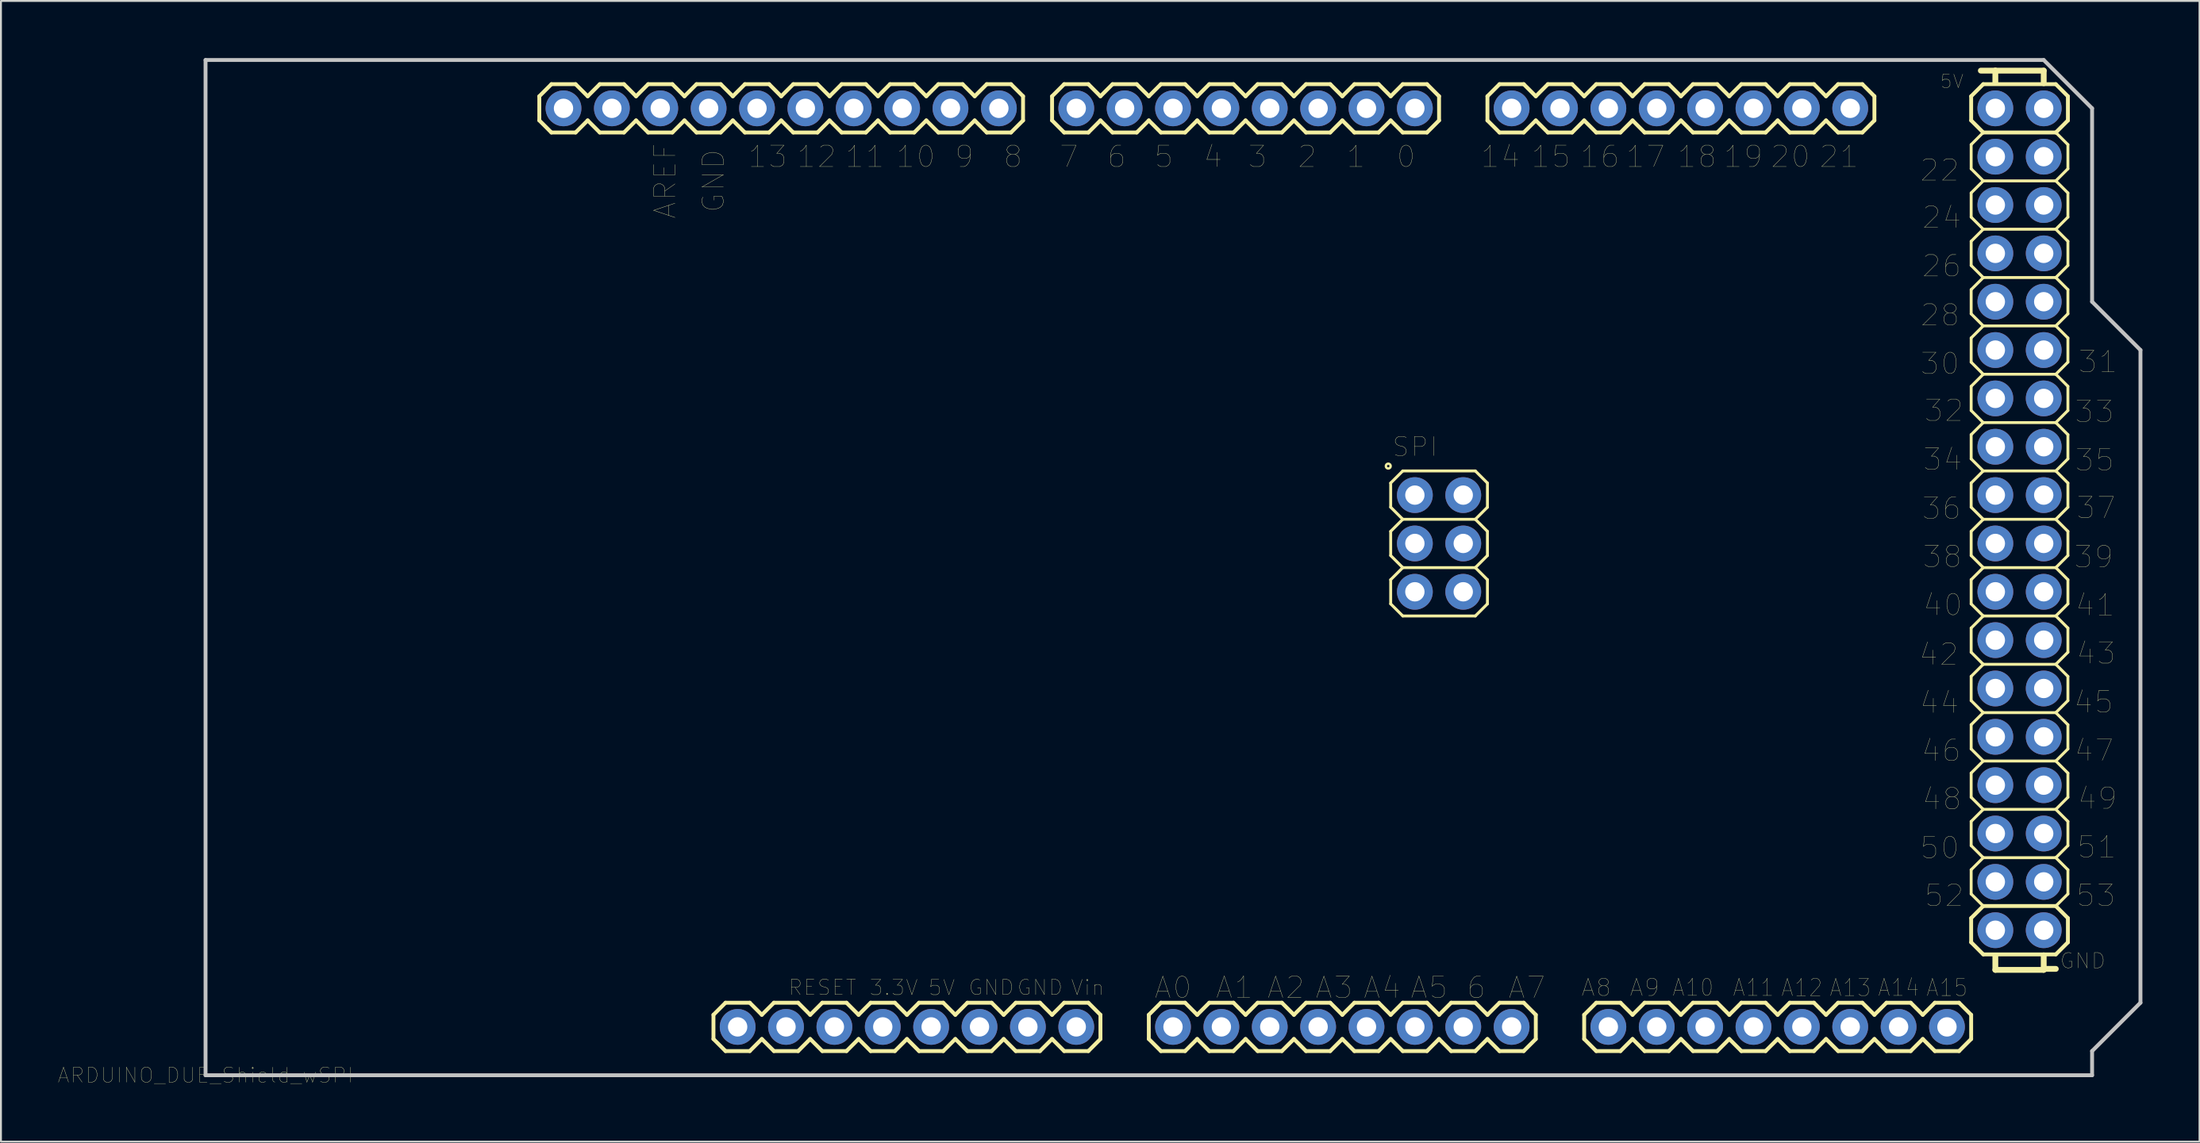
<source format=kicad_pcb>
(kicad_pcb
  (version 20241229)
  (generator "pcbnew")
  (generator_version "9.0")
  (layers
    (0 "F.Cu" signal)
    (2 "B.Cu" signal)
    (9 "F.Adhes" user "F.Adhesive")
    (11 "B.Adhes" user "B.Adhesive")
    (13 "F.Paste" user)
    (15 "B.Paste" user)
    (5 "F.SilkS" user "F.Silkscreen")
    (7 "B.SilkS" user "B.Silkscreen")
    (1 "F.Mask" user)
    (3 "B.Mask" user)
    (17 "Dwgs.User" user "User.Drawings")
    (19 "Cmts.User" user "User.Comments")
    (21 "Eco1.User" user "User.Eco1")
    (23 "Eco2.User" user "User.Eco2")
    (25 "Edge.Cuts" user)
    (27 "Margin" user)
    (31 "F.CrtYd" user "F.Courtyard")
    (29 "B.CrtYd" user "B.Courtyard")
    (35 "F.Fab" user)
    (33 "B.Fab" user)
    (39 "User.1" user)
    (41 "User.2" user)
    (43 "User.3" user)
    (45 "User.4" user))
  (footprint "ARDUINO_DUE_Shield_wSPI"
    (layer "F.Cu")
    (at 7.743 53.442)
    (property "Reference" "ARDUINO_DUE_Shield_wSPI" (at 0 0 0) (layer "F.SilkS") (effects (font (size 0.787 0.787) (thickness 0.015))))
    (attr through_hole)
    (fp_line (start 17.526 -51.435) (end 17.526 -50.165) (stroke (width 0.203) (type solid)) (layer "F.SilkS"))
    (fp_line (start 17.526 -50.165) (end 18.161 -49.53) (stroke (width 0.203) (type solid)) (layer "F.SilkS"))
    (fp_line (start 18.161 -52.07) (end 17.526 -51.435) (stroke (width 0.203) (type solid)) (layer "F.SilkS"))
    (fp_line (start 18.161 -52.07) (end 19.431 -52.07) (stroke (width 0.203) (type solid)) (layer "F.SilkS"))
    (fp_line (start 19.431 -52.07) (end 20.066 -51.435) (stroke (width 0.203) (type solid)) (layer "F.SilkS"))
    (fp_line (start 19.431 -49.53) (end 18.161 -49.53) (stroke (width 0.203) (type solid)) (layer "F.SilkS"))
    (fp_line (start 20.066 -50.165) (end 19.431 -49.53) (stroke (width 0.203) (type solid)) (layer "F.SilkS"))
    (fp_line (start 20.066 -50.165) (end 20.701 -49.53) (stroke (width 0.203) (type solid)) (layer "F.SilkS"))
    (fp_line (start 20.701 -52.07) (end 20.066 -51.435) (stroke (width 0.203) (type solid)) (layer "F.SilkS"))
    (fp_line (start 20.701 -52.07) (end 21.971 -52.07) (stroke (width 0.203) (type solid)) (layer "F.SilkS"))
    (fp_line (start 21.971 -52.07) (end 22.606 -51.435) (stroke (width 0.203) (type solid)) (layer "F.SilkS"))
    (fp_line (start 21.971 -49.53) (end 20.701 -49.53) (stroke (width 0.203) (type solid)) (layer "F.SilkS"))
    (fp_line (start 22.606 -50.165) (end 21.971 -49.53) (stroke (width 0.203) (type solid)) (layer "F.SilkS"))
    (fp_line (start 22.606 -50.165) (end 23.241 -49.53) (stroke (width 0.203) (type solid)) (layer "F.SilkS"))
    (fp_line (start 23.241 -52.07) (end 22.606 -51.435) (stroke (width 0.203) (type solid)) (layer "F.SilkS"))
    (fp_line (start 23.241 -52.07) (end 24.511 -52.07) (stroke (width 0.203) (type solid)) (layer "F.SilkS"))
    (fp_line (start 24.511 -52.07) (end 25.146 -51.435) (stroke (width 0.203) (type solid)) (layer "F.SilkS"))
    (fp_line (start 24.511 -49.53) (end 23.241 -49.53) (stroke (width 0.203) (type solid)) (layer "F.SilkS"))
    (fp_line (start 25.146 -51.435) (end 25.781 -52.07) (stroke (width 0.203) (type solid)) (layer "F.SilkS"))
    (fp_line (start 25.146 -50.165) (end 24.511 -49.53) (stroke (width 0.203) (type solid)) (layer "F.SilkS"))
    (fp_line (start 25.781 -52.07) (end 27.051 -52.07) (stroke (width 0.203) (type solid)) (layer "F.SilkS"))
    (fp_line (start 25.781 -49.53) (end 25.146 -50.165) (stroke (width 0.203) (type solid)) (layer "F.SilkS"))
    (fp_line (start 26.67 -3.175) (end 26.67 -1.905) (stroke (width 0.203) (type solid)) (layer "F.SilkS"))
    (fp_line (start 26.67 -1.905) (end 27.305 -1.27) (stroke (width 0.203) (type solid)) (layer "F.SilkS"))
    (fp_line (start 27.051 -52.07) (end 27.686 -51.435) (stroke (width 0.203) (type solid)) (layer "F.SilkS"))
    (fp_line (start 27.051 -49.53) (end 25.781 -49.53) (stroke (width 0.203) (type solid)) (layer "F.SilkS"))
    (fp_line (start 27.305 -3.81) (end 26.67 -3.175) (stroke (width 0.203) (type solid)) (layer "F.SilkS"))
    (fp_line (start 27.305 -3.81) (end 28.575 -3.81) (stroke (width 0.203) (type solid)) (layer "F.SilkS"))
    (fp_line (start 27.686 -51.435) (end 28.321 -52.07) (stroke (width 0.203) (type solid)) (layer "F.SilkS"))
    (fp_line (start 27.686 -50.165) (end 27.051 -49.53) (stroke (width 0.203) (type solid)) (layer "F.SilkS"))
    (fp_line (start 28.321 -52.07) (end 29.591 -52.07) (stroke (width 0.203) (type solid)) (layer "F.SilkS"))
    (fp_line (start 28.321 -49.53) (end 27.686 -50.165) (stroke (width 0.203) (type solid)) (layer "F.SilkS"))
    (fp_line (start 28.575 -3.81) (end 29.21 -3.175) (stroke (width 0.203) (type solid)) (layer "F.SilkS"))
    (fp_line (start 28.575 -1.27) (end 27.305 -1.27) (stroke (width 0.203) (type solid)) (layer "F.SilkS"))
    (fp_line (start 29.21 -1.905) (end 28.575 -1.27) (stroke (width 0.203) (type solid)) (layer "F.SilkS"))
    (fp_line (start 29.21 -1.905) (end 29.845 -1.27) (stroke (width 0.203) (type solid)) (layer "F.SilkS"))
    (fp_line (start 29.591 -52.07) (end 30.226 -51.435) (stroke (width 0.203) (type solid)) (layer "F.SilkS"))
    (fp_line (start 29.591 -49.53) (end 28.321 -49.53) (stroke (width 0.203) (type solid)) (layer "F.SilkS"))
    (fp_line (start 29.845 -3.81) (end 29.21 -3.175) (stroke (width 0.203) (type solid)) (layer "F.SilkS"))
    (fp_line (start 29.845 -3.81) (end 31.115 -3.81) (stroke (width 0.203) (type solid)) (layer "F.SilkS"))
    (fp_line (start 30.226 -50.165) (end 29.591 -49.53) (stroke (width 0.203) (type solid)) (layer "F.SilkS"))
    (fp_line (start 30.226 -50.165) (end 30.861 -49.53) (stroke (width 0.203) (type solid)) (layer "F.SilkS"))
    (fp_line (start 30.861 -52.07) (end 30.226 -51.435) (stroke (width 0.203) (type solid)) (layer "F.SilkS"))
    (fp_line (start 30.861 -52.07) (end 32.131 -52.07) (stroke (width 0.203) (type solid)) (layer "F.SilkS"))
    (fp_line (start 31.115 -3.81) (end 31.75 -3.175) (stroke (width 0.203) (type solid)) (layer "F.SilkS"))
    (fp_line (start 31.115 -1.27) (end 29.845 -1.27) (stroke (width 0.203) (type solid)) (layer "F.SilkS"))
    (fp_line (start 31.75 -1.905) (end 31.115 -1.27) (stroke (width 0.203) (type solid)) (layer "F.SilkS"))
    (fp_line (start 31.75 -1.905) (end 32.385 -1.27) (stroke (width 0.203) (type solid)) (layer "F.SilkS"))
    (fp_line (start 32.131 -52.07) (end 32.766 -51.435) (stroke (width 0.203) (type solid)) (layer "F.SilkS"))
    (fp_line (start 32.131 -49.53) (end 30.861 -49.53) (stroke (width 0.203) (type solid)) (layer "F.SilkS"))
    (fp_line (start 32.385 -3.81) (end 31.75 -3.175) (stroke (width 0.203) (type solid)) (layer "F.SilkS"))
    (fp_line (start 32.385 -3.81) (end 33.655 -3.81) (stroke (width 0.203) (type solid)) (layer "F.SilkS"))
    (fp_line (start 32.766 -51.435) (end 33.401 -52.07) (stroke (width 0.203) (type solid)) (layer "F.SilkS"))
    (fp_line (start 32.766 -50.165) (end 32.131 -49.53) (stroke (width 0.203) (type solid)) (layer "F.SilkS"))
    (fp_line (start 33.401 -52.07) (end 34.671 -52.07) (stroke (width 0.203) (type solid)) (layer "F.SilkS"))
    (fp_line (start 33.401 -49.53) (end 32.766 -50.165) (stroke (width 0.203) (type solid)) (layer "F.SilkS"))
    (fp_line (start 33.655 -3.81) (end 34.29 -3.175) (stroke (width 0.203) (type solid)) (layer "F.SilkS"))
    (fp_line (start 33.655 -1.27) (end 32.385 -1.27) (stroke (width 0.203) (type solid)) (layer "F.SilkS"))
    (fp_line (start 34.29 -3.175) (end 34.925 -3.81) (stroke (width 0.203) (type solid)) (layer "F.SilkS"))
    (fp_line (start 34.29 -1.905) (end 33.655 -1.27) (stroke (width 0.203) (type solid)) (layer "F.SilkS"))
    (fp_line (start 34.671 -52.07) (end 35.306 -51.435) (stroke (width 0.203) (type solid)) (layer "F.SilkS"))
    (fp_line (start 34.671 -49.53) (end 33.401 -49.53) (stroke (width 0.203) (type solid)) (layer "F.SilkS"))
    (fp_line (start 34.925 -3.81) (end 36.195 -3.81) (stroke (width 0.203) (type solid)) (layer "F.SilkS"))
    (fp_line (start 34.925 -1.27) (end 34.29 -1.905) (stroke (width 0.203) (type solid)) (layer "F.SilkS"))
    (fp_line (start 35.306 -51.435) (end 35.941 -52.07) (stroke (width 0.203) (type solid)) (layer "F.SilkS"))
    (fp_line (start 35.306 -50.165) (end 34.671 -49.53) (stroke (width 0.203) (type solid)) (layer "F.SilkS"))
    (fp_line (start 35.941 -52.07) (end 37.211 -52.07) (stroke (width 0.203) (type solid)) (layer "F.SilkS"))
    (fp_line (start 35.941 -49.53) (end 35.306 -50.165) (stroke (width 0.203) (type solid)) (layer "F.SilkS"))
    (fp_line (start 36.195 -3.81) (end 36.83 -3.175) (stroke (width 0.203) (type solid)) (layer "F.SilkS"))
    (fp_line (start 36.195 -1.27) (end 34.925 -1.27) (stroke (width 0.203) (type solid)) (layer "F.SilkS"))
    (fp_line (start 36.83 -3.175) (end 37.465 -3.81) (stroke (width 0.203) (type solid)) (layer "F.SilkS"))
    (fp_line (start 36.83 -1.905) (end 36.195 -1.27) (stroke (width 0.203) (type solid)) (layer "F.SilkS"))
    (fp_line (start 37.211 -52.07) (end 37.846 -51.435) (stroke (width 0.203) (type solid)) (layer "F.SilkS"))
    (fp_line (start 37.211 -49.53) (end 35.941 -49.53) (stroke (width 0.203) (type solid)) (layer "F.SilkS"))
    (fp_line (start 37.465 -3.81) (end 38.735 -3.81) (stroke (width 0.203) (type solid)) (layer "F.SilkS"))
    (fp_line (start 37.465 -1.27) (end 36.83 -1.905) (stroke (width 0.203) (type solid)) (layer "F.SilkS"))
    (fp_line (start 37.846 -50.165) (end 37.211 -49.53) (stroke (width 0.203) (type solid)) (layer "F.SilkS"))
    (fp_line (start 37.846 -50.165) (end 38.481 -49.53) (stroke (width 0.203) (type solid)) (layer "F.SilkS"))
    (fp_line (start 38.481 -52.07) (end 37.846 -51.435) (stroke (width 0.203) (type solid)) (layer "F.SilkS"))
    (fp_line (start 38.481 -52.07) (end 39.751 -52.07) (stroke (width 0.203) (type solid)) (layer "F.SilkS"))
    (fp_line (start 38.735 -3.81) (end 39.37 -3.175) (stroke (width 0.203) (type solid)) (layer "F.SilkS"))
    (fp_line (start 38.735 -1.27) (end 37.465 -1.27) (stroke (width 0.203) (type solid)) (layer "F.SilkS"))
    (fp_line (start 39.37 -1.905) (end 38.735 -1.27) (stroke (width 0.203) (type solid)) (layer "F.SilkS"))
    (fp_line (start 39.37 -1.905) (end 40.005 -1.27) (stroke (width 0.203) (type solid)) (layer "F.SilkS"))
    (fp_line (start 39.751 -52.07) (end 40.386 -51.435) (stroke (width 0.203) (type solid)) (layer "F.SilkS"))
    (fp_line (start 39.751 -49.53) (end 38.481 -49.53) (stroke (width 0.203) (type solid)) (layer "F.SilkS"))
    (fp_line (start 40.005 -3.81) (end 39.37 -3.175) (stroke (width 0.203) (type solid)) (layer "F.SilkS"))
    (fp_line (start 40.005 -3.81) (end 41.275 -3.81) (stroke (width 0.203) (type solid)) (layer "F.SilkS"))
    (fp_line (start 40.386 -50.165) (end 39.751 -49.53) (stroke (width 0.203) (type solid)) (layer "F.SilkS"))
    (fp_line (start 40.386 -50.165) (end 41.021 -49.53) (stroke (width 0.203) (type solid)) (layer "F.SilkS"))
    (fp_line (start 41.021 -52.07) (end 40.386 -51.435) (stroke (width 0.203) (type solid)) (layer "F.SilkS"))
    (fp_line (start 41.021 -52.07) (end 42.291 -52.07) (stroke (width 0.203) (type solid)) (layer "F.SilkS"))
    (fp_line (start 41.275 -3.81) (end 41.91 -3.175) (stroke (width 0.203) (type solid)) (layer "F.SilkS"))
    (fp_line (start 41.275 -1.27) (end 40.005 -1.27) (stroke (width 0.203) (type solid)) (layer "F.SilkS"))
    (fp_line (start 41.91 -3.175) (end 42.545 -3.81) (stroke (width 0.203) (type solid)) (layer "F.SilkS"))
    (fp_line (start 41.91 -1.905) (end 41.275 -1.27) (stroke (width 0.203) (type solid)) (layer "F.SilkS"))
    (fp_line (start 42.291 -52.07) (end 42.926 -51.435) (stroke (width 0.203) (type solid)) (layer "F.SilkS"))
    (fp_line (start 42.291 -49.53) (end 41.021 -49.53) (stroke (width 0.203) (type solid)) (layer "F.SilkS"))
    (fp_line (start 42.545 -3.81) (end 43.815 -3.81) (stroke (width 0.203) (type solid)) (layer "F.SilkS"))
    (fp_line (start 42.545 -1.27) (end 41.91 -1.905) (stroke (width 0.203) (type solid)) (layer "F.SilkS"))
    (fp_line (start 42.926 -51.435) (end 42.926 -50.165) (stroke (width 0.203) (type solid)) (layer "F.SilkS"))
    (fp_line (start 42.926 -50.165) (end 42.291 -49.53) (stroke (width 0.203) (type solid)) (layer "F.SilkS"))
    (fp_line (start 43.815 -3.81) (end 44.45 -3.175) (stroke (width 0.203) (type solid)) (layer "F.SilkS"))
    (fp_line (start 43.815 -1.27) (end 42.545 -1.27) (stroke (width 0.203) (type solid)) (layer "F.SilkS"))
    (fp_line (start 44.45 -51.435) (end 44.45 -50.165) (stroke (width 0.203) (type solid)) (layer "F.SilkS"))
    (fp_line (start 44.45 -50.165) (end 45.085 -49.53) (stroke (width 0.203) (type solid)) (layer "F.SilkS"))
    (fp_line (start 44.45 -3.175) (end 45.085 -3.81) (stroke (width 0.203) (type solid)) (layer "F.SilkS"))
    (fp_line (start 44.45 -1.905) (end 43.815 -1.27) (stroke (width 0.203) (type solid)) (layer "F.SilkS"))
    (fp_line (start 45.085 -52.07) (end 44.45 -51.435) (stroke (width 0.203) (type solid)) (layer "F.SilkS"))
    (fp_line (start 45.085 -52.07) (end 46.355 -52.07) (stroke (width 0.203) (type solid)) (layer "F.SilkS"))
    (fp_line (start 45.085 -3.81) (end 46.355 -3.81) (stroke (width 0.203) (type solid)) (layer "F.SilkS"))
    (fp_line (start 45.085 -1.27) (end 44.45 -1.905) (stroke (width 0.203) (type solid)) (layer "F.SilkS"))
    (fp_line (start 46.355 -52.07) (end 46.99 -51.435) (stroke (width 0.203) (type solid)) (layer "F.SilkS"))
    (fp_line (start 46.355 -49.53) (end 45.085 -49.53) (stroke (width 0.203) (type solid)) (layer "F.SilkS"))
    (fp_line (start 46.355 -3.81) (end 46.99 -3.175) (stroke (width 0.203) (type solid)) (layer "F.SilkS"))
    (fp_line (start 46.355 -1.27) (end 45.085 -1.27) (stroke (width 0.203) (type solid)) (layer "F.SilkS"))
    (fp_line (start 46.99 -51.435) (end 47.625 -52.07) (stroke (width 0.203) (type solid)) (layer "F.SilkS"))
    (fp_line (start 46.99 -50.165) (end 46.355 -49.53) (stroke (width 0.203) (type solid)) (layer "F.SilkS"))
    (fp_line (start 46.99 -3.175) (end 46.99 -1.905) (stroke (width 0.203) (type solid)) (layer "F.SilkS"))
    (fp_line (start 46.99 -1.905) (end 46.355 -1.27) (stroke (width 0.203) (type solid)) (layer "F.SilkS"))
    (fp_line (start 47.625 -52.07) (end 48.895 -52.07) (stroke (width 0.203) (type solid)) (layer "F.SilkS"))
    (fp_line (start 47.625 -49.53) (end 46.99 -50.165) (stroke (width 0.203) (type solid)) (layer "F.SilkS"))
    (fp_line (start 48.895 -52.07) (end 49.53 -51.435) (stroke (width 0.203) (type solid)) (layer "F.SilkS"))
    (fp_line (start 48.895 -49.53) (end 47.625 -49.53) (stroke (width 0.203) (type solid)) (layer "F.SilkS"))
    (fp_line (start 49.53 -51.435) (end 50.165 -52.07) (stroke (width 0.203) (type solid)) (layer "F.SilkS"))
    (fp_line (start 49.53 -50.165) (end 48.895 -49.53) (stroke (width 0.203) (type solid)) (layer "F.SilkS"))
    (fp_line (start 49.53 -3.175) (end 49.53 -1.905) (stroke (width 0.203) (type solid)) (layer "F.SilkS"))
    (fp_line (start 49.53 -1.905) (end 50.165 -1.27) (stroke (width 0.203) (type solid)) (layer "F.SilkS"))
    (fp_line (start 50.165 -52.07) (end 51.435 -52.07) (stroke (width 0.203) (type solid)) (layer "F.SilkS"))
    (fp_line (start 50.165 -49.53) (end 49.53 -50.165) (stroke (width 0.203) (type solid)) (layer "F.SilkS"))
    (fp_line (start 50.165 -3.81) (end 49.53 -3.175) (stroke (width 0.203) (type solid)) (layer "F.SilkS"))
    (fp_line (start 50.165 -3.81) (end 51.435 -3.81) (stroke (width 0.203) (type solid)) (layer "F.SilkS"))
    (fp_line (start 51.435 -52.07) (end 52.07 -51.435) (stroke (width 0.203) (type solid)) (layer "F.SilkS"))
    (fp_line (start 51.435 -49.53) (end 50.165 -49.53) (stroke (width 0.203) (type solid)) (layer "F.SilkS"))
    (fp_line (start 51.435 -3.81) (end 52.07 -3.175) (stroke (width 0.203) (type solid)) (layer "F.SilkS"))
    (fp_line (start 51.435 -1.27) (end 50.165 -1.27) (stroke (width 0.203) (type solid)) (layer "F.SilkS"))
    (fp_line (start 52.07 -50.165) (end 51.435 -49.53) (stroke (width 0.203) (type solid)) (layer "F.SilkS"))
    (fp_line (start 52.07 -50.165) (end 52.705 -49.53) (stroke (width 0.203) (type solid)) (layer "F.SilkS"))
    (fp_line (start 52.07 -3.175) (end 52.705 -3.81) (stroke (width 0.203) (type solid)) (layer "F.SilkS"))
    (fp_line (start 52.07 -1.905) (end 51.435 -1.27) (stroke (width 0.203) (type solid)) (layer "F.SilkS"))
    (fp_line (start 52.705 -52.07) (end 52.07 -51.435) (stroke (width 0.203) (type solid)) (layer "F.SilkS"))
    (fp_line (start 52.705 -52.07) (end 53.975 -52.07) (stroke (width 0.203) (type solid)) (layer "F.SilkS"))
    (fp_line (start 52.705 -3.81) (end 53.975 -3.81) (stroke (width 0.203) (type solid)) (layer "F.SilkS"))
    (fp_line (start 52.705 -1.27) (end 52.07 -1.905) (stroke (width 0.203) (type solid)) (layer "F.SilkS"))
    (fp_line (start 53.975 -52.07) (end 54.61 -51.435) (stroke (width 0.203) (type solid)) (layer "F.SilkS"))
    (fp_line (start 53.975 -49.53) (end 52.705 -49.53) (stroke (width 0.203) (type solid)) (layer "F.SilkS"))
    (fp_line (start 53.975 -3.81) (end 54.61 -3.175) (stroke (width 0.203) (type solid)) (layer "F.SilkS"))
    (fp_line (start 53.975 -1.27) (end 52.705 -1.27) (stroke (width 0.203) (type solid)) (layer "F.SilkS"))
    (fp_line (start 54.61 -51.435) (end 55.245 -52.07) (stroke (width 0.203) (type solid)) (layer "F.SilkS"))
    (fp_line (start 54.61 -50.165) (end 53.975 -49.53) (stroke (width 0.203) (type solid)) (layer "F.SilkS"))
    (fp_line (start 54.61 -3.175) (end 55.245 -3.81) (stroke (width 0.203) (type solid)) (layer "F.SilkS"))
    (fp_line (start 54.61 -1.905) (end 53.975 -1.27) (stroke (width 0.203) (type solid)) (layer "F.SilkS"))
    (fp_line (start 55.245 -52.07) (end 56.515 -52.07) (stroke (width 0.203) (type solid)) (layer "F.SilkS"))
    (fp_line (start 55.245 -49.53) (end 54.61 -50.165) (stroke (width 0.203) (type solid)) (layer "F.SilkS"))
    (fp_line (start 55.245 -3.81) (end 56.515 -3.81) (stroke (width 0.203) (type solid)) (layer "F.SilkS"))
    (fp_line (start 55.245 -1.27) (end 54.61 -1.905) (stroke (width 0.203) (type solid)) (layer "F.SilkS"))
    (fp_line (start 56.515 -52.07) (end 57.15 -51.435) (stroke (width 0.203) (type solid)) (layer "F.SilkS"))
    (fp_line (start 56.515 -49.53) (end 55.245 -49.53) (stroke (width 0.203) (type solid)) (layer "F.SilkS"))
    (fp_line (start 56.515 -3.81) (end 57.15 -3.175) (stroke (width 0.203) (type solid)) (layer "F.SilkS"))
    (fp_line (start 56.515 -1.27) (end 55.245 -1.27) (stroke (width 0.203) (type solid)) (layer "F.SilkS"))
    (fp_line (start 57.15 -51.435) (end 57.785 -52.07) (stroke (width 0.203) (type solid)) (layer "F.SilkS"))
    (fp_line (start 57.15 -50.165) (end 56.515 -49.53) (stroke (width 0.203) (type solid)) (layer "F.SilkS"))
    (fp_line (start 57.15 -1.905) (end 56.515 -1.27) (stroke (width 0.203) (type solid)) (layer "F.SilkS"))
    (fp_line (start 57.15 -1.905) (end 57.785 -1.27) (stroke (width 0.203) (type solid)) (layer "F.SilkS"))
    (fp_line (start 57.785 -52.07) (end 59.055 -52.07) (stroke (width 0.203) (type solid)) (layer "F.SilkS"))
    (fp_line (start 57.785 -49.53) (end 57.15 -50.165) (stroke (width 0.203) (type solid)) (layer "F.SilkS"))
    (fp_line (start 57.785 -3.81) (end 57.15 -3.175) (stroke (width 0.203) (type solid)) (layer "F.SilkS"))
    (fp_line (start 57.785 -3.81) (end 59.055 -3.81) (stroke (width 0.203) (type solid)) (layer "F.SilkS"))
    (fp_line (start 59.055 -52.07) (end 59.69 -51.435) (stroke (width 0.203) (type solid)) (layer "F.SilkS"))
    (fp_line (start 59.055 -49.53) (end 57.785 -49.53) (stroke (width 0.203) (type solid)) (layer "F.SilkS"))
    (fp_line (start 59.055 -3.81) (end 59.69 -3.175) (stroke (width 0.203) (type solid)) (layer "F.SilkS"))
    (fp_line (start 59.055 -1.27) (end 57.785 -1.27) (stroke (width 0.203) (type solid)) (layer "F.SilkS"))
    (fp_line (start 59.69 -50.165) (end 59.055 -49.53) (stroke (width 0.203) (type solid)) (layer "F.SilkS"))
    (fp_line (start 59.69 -50.165) (end 60.325 -49.53) (stroke (width 0.203) (type solid)) (layer "F.SilkS"))
    (fp_line (start 59.69 -3.175) (end 60.325 -3.81) (stroke (width 0.203) (type solid)) (layer "F.SilkS"))
    (fp_line (start 59.69 -1.905) (end 59.055 -1.27) (stroke (width 0.203) (type solid)) (layer "F.SilkS"))
    (fp_line (start 60.325 -52.07) (end 59.69 -51.435) (stroke (width 0.203) (type solid)) (layer "F.SilkS"))
    (fp_line (start 60.325 -52.07) (end 61.595 -52.07) (stroke (width 0.203) (type solid)) (layer "F.SilkS"))
    (fp_line (start 60.325 -3.81) (end 61.595 -3.81) (stroke (width 0.203) (type solid)) (layer "F.SilkS"))
    (fp_line (start 60.325 -1.27) (end 59.69 -1.905) (stroke (width 0.203) (type solid)) (layer "F.SilkS"))
    (fp_line (start 61.595 -52.07) (end 62.23 -51.435) (stroke (width 0.203) (type solid)) (layer "F.SilkS"))
    (fp_line (start 61.595 -49.53) (end 60.325 -49.53) (stroke (width 0.203) (type solid)) (layer "F.SilkS"))
    (fp_line (start 61.595 -3.81) (end 62.23 -3.175) (stroke (width 0.203) (type solid)) (layer "F.SilkS"))
    (fp_line (start 61.595 -1.27) (end 60.325 -1.27) (stroke (width 0.203) (type solid)) (layer "F.SilkS"))
    (fp_line (start 62.23 -50.165) (end 61.595 -49.53) (stroke (width 0.203) (type solid)) (layer "F.SilkS"))
    (fp_line (start 62.23 -50.165) (end 62.865 -49.53) (stroke (width 0.203) (type solid)) (layer "F.SilkS"))
    (fp_line (start 62.23 -31.115) (end 62.865 -31.75) (stroke (width 0.152) (type solid)) (layer "F.SilkS"))
    (fp_line (start 62.23 -29.845) (end 62.23 -31.115) (stroke (width 0.152) (type solid)) (layer "F.SilkS"))
    (fp_line (start 62.23 -28.575) (end 62.865 -29.21) (stroke (width 0.152) (type solid)) (layer "F.SilkS"))
    (fp_line (start 62.23 -27.305) (end 62.23 -28.575) (stroke (width 0.152) (type solid)) (layer "F.SilkS"))
    (fp_line (start 62.23 -26.035) (end 62.865 -26.67) (stroke (width 0.152) (type solid)) (layer "F.SilkS"))
    (fp_line (start 62.23 -24.765) (end 62.23 -26.035) (stroke (width 0.152) (type solid)) (layer "F.SilkS"))
    (fp_line (start 62.23 -3.175) (end 62.865 -3.81) (stroke (width 0.203) (type solid)) (layer "F.SilkS"))
    (fp_line (start 62.23 -1.905) (end 61.595 -1.27) (stroke (width 0.203) (type solid)) (layer "F.SilkS"))
    (fp_line (start 62.865 -52.07) (end 62.23 -51.435) (stroke (width 0.203) (type solid)) (layer "F.SilkS"))
    (fp_line (start 62.865 -52.07) (end 64.135 -52.07) (stroke (width 0.203) (type solid)) (layer "F.SilkS"))
    (fp_line (start 62.865 -31.75) (end 66.675 -31.75) (stroke (width 0.152) (type solid)) (layer "F.SilkS"))
    (fp_line (start 62.865 -29.21) (end 62.23 -29.845) (stroke (width 0.152) (type solid)) (layer "F.SilkS"))
    (fp_line (start 62.865 -29.21) (end 66.675 -29.21) (stroke (width 0.152) (type solid)) (layer "F.SilkS"))
    (fp_line (start 62.865 -26.67) (end 62.23 -27.305) (stroke (width 0.152) (type solid)) (layer "F.SilkS"))
    (fp_line (start 62.865 -26.67) (end 66.675 -26.67) (stroke (width 0.152) (type solid)) (layer "F.SilkS"))
    (fp_line (start 62.865 -24.13) (end 62.23 -24.765) (stroke (width 0.152) (type solid)) (layer "F.SilkS"))
    (fp_line (start 62.865 -24.13) (end 66.675 -24.13) (stroke (width 0.152) (type solid)) (layer "F.SilkS"))
    (fp_line (start 62.865 -3.81) (end 64.135 -3.81) (stroke (width 0.203) (type solid)) (layer "F.SilkS"))
    (fp_line (start 62.865 -1.27) (end 62.23 -1.905) (stroke (width 0.203) (type solid)) (layer "F.SilkS"))
    (fp_line (start 64.135 -52.07) (end 64.77 -51.435) (stroke (width 0.203) (type solid)) (layer "F.SilkS"))
    (fp_line (start 64.135 -49.53) (end 62.865 -49.53) (stroke (width 0.203) (type solid)) (layer "F.SilkS"))
    (fp_line (start 64.135 -3.81) (end 64.77 -3.175) (stroke (width 0.203) (type solid)) (layer "F.SilkS"))
    (fp_line (start 64.135 -1.27) (end 62.865 -1.27) (stroke (width 0.203) (type solid)) (layer "F.SilkS"))
    (fp_line (start 64.77 -51.435) (end 64.77 -50.165) (stroke (width 0.203) (type solid)) (layer "F.SilkS"))
    (fp_line (start 64.77 -50.165) (end 64.135 -49.53) (stroke (width 0.203) (type solid)) (layer "F.SilkS"))
    (fp_line (start 64.77 -1.905) (end 64.135 -1.27) (stroke (width 0.203) (type solid)) (layer "F.SilkS"))
    (fp_line (start 64.77 -1.905) (end 65.405 -1.27) (stroke (width 0.203) (type solid)) (layer "F.SilkS"))
    (fp_line (start 65.405 -3.81) (end 64.77 -3.175) (stroke (width 0.203) (type solid)) (layer "F.SilkS"))
    (fp_line (start 65.405 -3.81) (end 66.675 -3.81) (stroke (width 0.203) (type solid)) (layer "F.SilkS"))
    (fp_line (start 66.675 -29.21) (end 67.31 -29.845) (stroke (width 0.152) (type solid)) (layer "F.SilkS"))
    (fp_line (start 66.675 -26.67) (end 67.31 -27.305) (stroke (width 0.152) (type solid)) (layer "F.SilkS"))
    (fp_line (start 66.675 -24.13) (end 67.31 -24.765) (stroke (width 0.152) (type solid)) (layer "F.SilkS"))
    (fp_line (start 66.675 -3.81) (end 67.31 -3.175) (stroke (width 0.203) (type solid)) (layer "F.SilkS"))
    (fp_line (start 66.675 -1.27) (end 65.405 -1.27) (stroke (width 0.203) (type solid)) (layer "F.SilkS"))
    (fp_line (start 67.31 -51.435) (end 67.31 -50.165) (stroke (width 0.203) (type solid)) (layer "F.SilkS"))
    (fp_line (start 67.31 -50.165) (end 67.945 -49.53) (stroke (width 0.203) (type solid)) (layer "F.SilkS"))
    (fp_line (start 67.31 -31.115) (end 66.675 -31.75) (stroke (width 0.152) (type solid)) (layer "F.SilkS"))
    (fp_line (start 67.31 -29.845) (end 67.31 -31.115) (stroke (width 0.152) (type solid)) (layer "F.SilkS"))
    (fp_line (start 67.31 -28.575) (end 66.675 -29.21) (stroke (width 0.152) (type solid)) (layer "F.SilkS"))
    (fp_line (start 67.31 -27.305) (end 67.31 -28.575) (stroke (width 0.152) (type solid)) (layer "F.SilkS"))
    (fp_line (start 67.31 -26.035) (end 66.675 -26.67) (stroke (width 0.152) (type solid)) (layer "F.SilkS"))
    (fp_line (start 67.31 -24.765) (end 67.31 -26.035) (stroke (width 0.152) (type solid)) (layer "F.SilkS"))
    (fp_line (start 67.31 -1.905) (end 66.675 -1.27) (stroke (width 0.203) (type solid)) (layer "F.SilkS"))
    (fp_line (start 67.31 -1.905) (end 67.945 -1.27) (stroke (width 0.203) (type solid)) (layer "F.SilkS"))
    (fp_line (start 67.945 -52.07) (end 67.31 -51.435) (stroke (width 0.203) (type solid)) (layer "F.SilkS"))
    (fp_line (start 67.945 -52.07) (end 69.215 -52.07) (stroke (width 0.203) (type solid)) (layer "F.SilkS"))
    (fp_line (start 67.945 -3.81) (end 67.31 -3.175) (stroke (width 0.203) (type solid)) (layer "F.SilkS"))
    (fp_line (start 67.945 -3.81) (end 69.215 -3.81) (stroke (width 0.203) (type solid)) (layer "F.SilkS"))
    (fp_line (start 69.215 -52.07) (end 69.85 -51.435) (stroke (width 0.203) (type solid)) (layer "F.SilkS"))
    (fp_line (start 69.215 -49.53) (end 67.945 -49.53) (stroke (width 0.203) (type solid)) (layer "F.SilkS"))
    (fp_line (start 69.215 -3.81) (end 69.85 -3.175) (stroke (width 0.203) (type solid)) (layer "F.SilkS"))
    (fp_line (start 69.215 -1.27) (end 67.945 -1.27) (stroke (width 0.203) (type solid)) (layer "F.SilkS"))
    (fp_line (start 69.85 -51.435) (end 70.485 -52.07) (stroke (width 0.203) (type solid)) (layer "F.SilkS"))
    (fp_line (start 69.85 -50.165) (end 69.215 -49.53) (stroke (width 0.203) (type solid)) (layer "F.SilkS"))
    (fp_line (start 69.85 -3.175) (end 69.85 -1.905) (stroke (width 0.203) (type solid)) (layer "F.SilkS"))
    (fp_line (start 69.85 -1.905) (end 69.215 -1.27) (stroke (width 0.203) (type solid)) (layer "F.SilkS"))
    (fp_line (start 70.485 -52.07) (end 71.755 -52.07) (stroke (width 0.203) (type solid)) (layer "F.SilkS"))
    (fp_line (start 70.485 -49.53) (end 69.85 -50.165) (stroke (width 0.203) (type solid)) (layer "F.SilkS"))
    (fp_line (start 71.755 -52.07) (end 72.39 -51.435) (stroke (width 0.203) (type solid)) (layer "F.SilkS"))
    (fp_line (start 71.755 -49.53) (end 70.485 -49.53) (stroke (width 0.203) (type solid)) (layer "F.SilkS"))
    (fp_line (start 72.39 -51.435) (end 73.025 -52.07) (stroke (width 0.203) (type solid)) (layer "F.SilkS"))
    (fp_line (start 72.39 -50.165) (end 71.755 -49.53) (stroke (width 0.203) (type solid)) (layer "F.SilkS"))
    (fp_line (start 72.39 -3.175) (end 72.39 -1.905) (stroke (width 0.203) (type solid)) (layer "F.SilkS"))
    (fp_line (start 72.39 -1.905) (end 73.025 -1.27) (stroke (width 0.203) (type solid)) (layer "F.SilkS"))
    (fp_line (start 73.025 -52.07) (end 74.295 -52.07) (stroke (width 0.203) (type solid)) (layer "F.SilkS"))
    (fp_line (start 73.025 -49.53) (end 72.39 -50.165) (stroke (width 0.203) (type solid)) (layer "F.SilkS"))
    (fp_line (start 73.025 -3.81) (end 72.39 -3.175) (stroke (width 0.203) (type solid)) (layer "F.SilkS"))
    (fp_line (start 73.025 -3.81) (end 74.295 -3.81) (stroke (width 0.203) (type solid)) (layer "F.SilkS"))
    (fp_line (start 74.295 -52.07) (end 74.93 -51.435) (stroke (width 0.203) (type solid)) (layer "F.SilkS"))
    (fp_line (start 74.295 -49.53) (end 73.025 -49.53) (stroke (width 0.203) (type solid)) (layer "F.SilkS"))
    (fp_line (start 74.295 -3.81) (end 74.93 -3.175) (stroke (width 0.203) (type solid)) (layer "F.SilkS"))
    (fp_line (start 74.295 -1.27) (end 73.025 -1.27) (stroke (width 0.203) (type solid)) (layer "F.SilkS"))
    (fp_line (start 74.93 -50.165) (end 74.295 -49.53) (stroke (width 0.203) (type solid)) (layer "F.SilkS"))
    (fp_line (start 74.93 -50.165) (end 75.565 -49.53) (stroke (width 0.203) (type solid)) (layer "F.SilkS"))
    (fp_line (start 74.93 -3.175) (end 75.565 -3.81) (stroke (width 0.203) (type solid)) (layer "F.SilkS"))
    (fp_line (start 74.93 -1.905) (end 74.295 -1.27) (stroke (width 0.203) (type solid)) (layer "F.SilkS"))
    (fp_line (start 75.565 -52.07) (end 74.93 -51.435) (stroke (width 0.203) (type solid)) (layer "F.SilkS"))
    (fp_line (start 75.565 -52.07) (end 76.835 -52.07) (stroke (width 0.203) (type solid)) (layer "F.SilkS"))
    (fp_line (start 75.565 -3.81) (end 76.835 -3.81) (stroke (width 0.203) (type solid)) (layer "F.SilkS"))
    (fp_line (start 75.565 -1.27) (end 74.93 -1.905) (stroke (width 0.203) (type solid)) (layer "F.SilkS"))
    (fp_line (start 76.835 -52.07) (end 77.47 -51.435) (stroke (width 0.203) (type solid)) (layer "F.SilkS"))
    (fp_line (start 76.835 -49.53) (end 75.565 -49.53) (stroke (width 0.203) (type solid)) (layer "F.SilkS"))
    (fp_line (start 76.835 -3.81) (end 77.47 -3.175) (stroke (width 0.203) (type solid)) (layer "F.SilkS"))
    (fp_line (start 76.835 -1.27) (end 75.565 -1.27) (stroke (width 0.203) (type solid)) (layer "F.SilkS"))
    (fp_line (start 77.47 -51.435) (end 78.105 -52.07) (stroke (width 0.203) (type solid)) (layer "F.SilkS"))
    (fp_line (start 77.47 -50.165) (end 76.835 -49.53) (stroke (width 0.203) (type solid)) (layer "F.SilkS"))
    (fp_line (start 77.47 -3.175) (end 78.105 -3.81) (stroke (width 0.203) (type solid)) (layer "F.SilkS"))
    (fp_line (start 77.47 -1.905) (end 76.835 -1.27) (stroke (width 0.203) (type solid)) (layer "F.SilkS"))
    (fp_line (start 78.105 -52.07) (end 79.375 -52.07) (stroke (width 0.203) (type solid)) (layer "F.SilkS"))
    (fp_line (start 78.105 -49.53) (end 77.47 -50.165) (stroke (width 0.203) (type solid)) (layer "F.SilkS"))
    (fp_line (start 78.105 -3.81) (end 79.375 -3.81) (stroke (width 0.203) (type solid)) (layer "F.SilkS"))
    (fp_line (start 78.105 -1.27) (end 77.47 -1.905) (stroke (width 0.203) (type solid)) (layer "F.SilkS"))
    (fp_line (start 79.375 -52.07) (end 80.01 -51.435) (stroke (width 0.203) (type solid)) (layer "F.SilkS"))
    (fp_line (start 79.375 -49.53) (end 78.105 -49.53) (stroke (width 0.203) (type solid)) (layer "F.SilkS"))
    (fp_line (start 79.375 -3.81) (end 80.01 -3.175) (stroke (width 0.203) (type solid)) (layer "F.SilkS"))
    (fp_line (start 79.375 -1.27) (end 78.105 -1.27) (stroke (width 0.203) (type solid)) (layer "F.SilkS"))
    (fp_line (start 80.01 -51.435) (end 80.645 -52.07) (stroke (width 0.203) (type solid)) (layer "F.SilkS"))
    (fp_line (start 80.01 -50.165) (end 79.375 -49.53) (stroke (width 0.203) (type solid)) (layer "F.SilkS"))
    (fp_line (start 80.01 -1.905) (end 79.375 -1.27) (stroke (width 0.203) (type solid)) (layer "F.SilkS"))
    (fp_line (start 80.01 -1.905) (end 80.645 -1.27) (stroke (width 0.203) (type solid)) (layer "F.SilkS"))
    (fp_line (start 80.645 -52.07) (end 81.915 -52.07) (stroke (width 0.203) (type solid)) (layer "F.SilkS"))
    (fp_line (start 80.645 -49.53) (end 80.01 -50.165) (stroke (width 0.203) (type solid)) (layer "F.SilkS"))
    (fp_line (start 80.645 -3.81) (end 80.01 -3.175) (stroke (width 0.203) (type solid)) (layer "F.SilkS"))
    (fp_line (start 80.645 -3.81) (end 81.915 -3.81) (stroke (width 0.203) (type solid)) (layer "F.SilkS"))
    (fp_line (start 81.915 -52.07) (end 82.55 -51.435) (stroke (width 0.203) (type solid)) (layer "F.SilkS"))
    (fp_line (start 81.915 -49.53) (end 80.645 -49.53) (stroke (width 0.203) (type solid)) (layer "F.SilkS"))
    (fp_line (start 81.915 -3.81) (end 82.55 -3.175) (stroke (width 0.203) (type solid)) (layer "F.SilkS"))
    (fp_line (start 81.915 -1.27) (end 80.645 -1.27) (stroke (width 0.203) (type solid)) (layer "F.SilkS"))
    (fp_line (start 82.55 -50.165) (end 81.915 -49.53) (stroke (width 0.203) (type solid)) (layer "F.SilkS"))
    (fp_line (start 82.55 -50.165) (end 83.185 -49.53) (stroke (width 0.203) (type solid)) (layer "F.SilkS"))
    (fp_line (start 82.55 -3.175) (end 83.185 -3.81) (stroke (width 0.203) (type solid)) (layer "F.SilkS"))
    (fp_line (start 82.55 -1.905) (end 81.915 -1.27) (stroke (width 0.203) (type solid)) (layer "F.SilkS"))
    (fp_line (start 83.185 -52.07) (end 82.55 -51.435) (stroke (width 0.203) (type solid)) (layer "F.SilkS"))
    (fp_line (start 83.185 -52.07) (end 84.455 -52.07) (stroke (width 0.203) (type solid)) (layer "F.SilkS"))
    (fp_line (start 83.185 -3.81) (end 84.455 -3.81) (stroke (width 0.203) (type solid)) (layer "F.SilkS"))
    (fp_line (start 83.185 -1.27) (end 82.55 -1.905) (stroke (width 0.203) (type solid)) (layer "F.SilkS"))
    (fp_line (start 84.455 -52.07) (end 85.09 -51.435) (stroke (width 0.203) (type solid)) (layer "F.SilkS"))
    (fp_line (start 84.455 -49.53) (end 83.185 -49.53) (stroke (width 0.203) (type solid)) (layer "F.SilkS"))
    (fp_line (start 84.455 -3.81) (end 85.09 -3.175) (stroke (width 0.203) (type solid)) (layer "F.SilkS"))
    (fp_line (start 84.455 -1.27) (end 83.185 -1.27) (stroke (width 0.203) (type solid)) (layer "F.SilkS"))
    (fp_line (start 85.09 -50.165) (end 84.455 -49.53) (stroke (width 0.203) (type solid)) (layer "F.SilkS"))
    (fp_line (start 85.09 -50.165) (end 85.725 -49.53) (stroke (width 0.203) (type solid)) (layer "F.SilkS"))
    (fp_line (start 85.09 -3.175) (end 85.725 -3.81) (stroke (width 0.203) (type solid)) (layer "F.SilkS"))
    (fp_line (start 85.09 -1.905) (end 84.455 -1.27) (stroke (width 0.203) (type solid)) (layer "F.SilkS"))
    (fp_line (start 85.725 -52.07) (end 85.09 -51.435) (stroke (width 0.203) (type solid)) (layer "F.SilkS"))
    (fp_line (start 85.725 -52.07) (end 86.995 -52.07) (stroke (width 0.203) (type solid)) (layer "F.SilkS"))
    (fp_line (start 85.725 -3.81) (end 86.995 -3.81) (stroke (width 0.203) (type solid)) (layer "F.SilkS"))
    (fp_line (start 85.725 -1.27) (end 85.09 -1.905) (stroke (width 0.203) (type solid)) (layer "F.SilkS"))
    (fp_line (start 86.995 -52.07) (end 87.63 -51.435) (stroke (width 0.203) (type solid)) (layer "F.SilkS"))
    (fp_line (start 86.995 -49.53) (end 85.725 -49.53) (stroke (width 0.203) (type solid)) (layer "F.SilkS"))
    (fp_line (start 86.995 -3.81) (end 87.63 -3.175) (stroke (width 0.203) (type solid)) (layer "F.SilkS"))
    (fp_line (start 86.995 -1.27) (end 85.725 -1.27) (stroke (width 0.203) (type solid)) (layer "F.SilkS"))
    (fp_line (start 87.63 -51.435) (end 87.63 -50.165) (stroke (width 0.203) (type solid)) (layer "F.SilkS"))
    (fp_line (start 87.63 -50.165) (end 86.995 -49.53) (stroke (width 0.203) (type solid)) (layer "F.SilkS"))
    (fp_line (start 87.63 -1.905) (end 86.995 -1.27) (stroke (width 0.203) (type solid)) (layer "F.SilkS"))
    (fp_line (start 87.63 -1.905) (end 88.265 -1.27) (stroke (width 0.203) (type solid)) (layer "F.SilkS"))
    (fp_line (start 88.265 -3.81) (end 87.63 -3.175) (stroke (width 0.203) (type solid)) (layer "F.SilkS"))
    (fp_line (start 88.265 -3.81) (end 89.535 -3.81) (stroke (width 0.203) (type solid)) (layer "F.SilkS"))
    (fp_line (start 89.535 -3.81) (end 90.17 -3.175) (stroke (width 0.203) (type solid)) (layer "F.SilkS"))
    (fp_line (start 89.535 -1.27) (end 88.265 -1.27) (stroke (width 0.203) (type solid)) (layer "F.SilkS"))
    (fp_line (start 90.17 -1.905) (end 89.535 -1.27) (stroke (width 0.203) (type solid)) (layer "F.SilkS"))
    (fp_line (start 90.17 -1.905) (end 90.805 -1.27) (stroke (width 0.203) (type solid)) (layer "F.SilkS"))
    (fp_line (start 90.805 -3.81) (end 90.17 -3.175) (stroke (width 0.203) (type solid)) (layer "F.SilkS"))
    (fp_line (start 90.805 -3.81) (end 92.075 -3.81) (stroke (width 0.203) (type solid)) (layer "F.SilkS"))
    (fp_line (start 92.075 -3.81) (end 92.71 -3.175) (stroke (width 0.203) (type solid)) (layer "F.SilkS"))
    (fp_line (start 92.075 -1.27) (end 90.805 -1.27) (stroke (width 0.203) (type solid)) (layer "F.SilkS"))
    (fp_line (start 92.71 -51.435) (end 92.71 -50.165) (stroke (width 0.203) (type solid)) (layer "F.SilkS"))
    (fp_line (start 92.71 -50.165) (end 93.345 -49.53) (stroke (width 0.203) (type solid)) (layer "F.SilkS"))
    (fp_line (start 92.71 -48.895) (end 93.345 -49.53) (stroke (width 0.152) (type solid)) (layer "F.SilkS"))
    (fp_line (start 92.71 -47.625) (end 92.71 -48.895) (stroke (width 0.152) (type solid)) (layer "F.SilkS"))
    (fp_line (start 92.71 -46.355) (end 93.345 -46.99) (stroke (width 0.152) (type solid)) (layer "F.SilkS"))
    (fp_line (start 92.71 -45.085) (end 92.71 -46.355) (stroke (width 0.152) (type solid)) (layer "F.SilkS"))
    (fp_line (start 92.71 -43.815) (end 93.345 -44.45) (stroke (width 0.152) (type solid)) (layer "F.SilkS"))
    (fp_line (start 92.71 -42.545) (end 92.71 -43.815) (stroke (width 0.152) (type solid)) (layer "F.SilkS"))
    (fp_line (start 92.71 -41.275) (end 93.345 -41.91) (stroke (width 0.152) (type solid)) (layer "F.SilkS"))
    (fp_line (start 92.71 -40.005) (end 92.71 -41.275) (stroke (width 0.152) (type solid)) (layer "F.SilkS"))
    (fp_line (start 92.71 -38.735) (end 93.345 -39.37) (stroke (width 0.152) (type solid)) (layer "F.SilkS"))
    (fp_line (start 92.71 -37.465) (end 92.71 -38.735) (stroke (width 0.152) (type solid)) (layer "F.SilkS"))
    (fp_line (start 92.71 -36.195) (end 93.345 -36.83) (stroke (width 0.152) (type solid)) (layer "F.SilkS"))
    (fp_line (start 92.71 -34.925) (end 92.71 -36.195) (stroke (width 0.152) (type solid)) (layer "F.SilkS"))
    (fp_line (start 92.71 -33.655) (end 93.345 -34.29) (stroke (width 0.152) (type solid)) (layer "F.SilkS"))
    (fp_line (start 92.71 -32.385) (end 92.71 -33.655) (stroke (width 0.152) (type solid)) (layer "F.SilkS"))
    (fp_line (start 92.71 -31.115) (end 93.345 -31.75) (stroke (width 0.152) (type solid)) (layer "F.SilkS"))
    (fp_line (start 92.71 -29.845) (end 92.71 -31.115) (stroke (width 0.152) (type solid)) (layer "F.SilkS"))
    (fp_line (start 92.71 -28.575) (end 93.345 -29.21) (stroke (width 0.152) (type solid)) (layer "F.SilkS"))
    (fp_line (start 92.71 -27.305) (end 92.71 -28.575) (stroke (width 0.152) (type solid)) (layer "F.SilkS"))
    (fp_line (start 92.71 -26.035) (end 93.345 -26.67) (stroke (width 0.152) (type solid)) (layer "F.SilkS"))
    (fp_line (start 92.71 -24.765) (end 92.71 -26.035) (stroke (width 0.152) (type solid)) (layer "F.SilkS"))
    (fp_line (start 92.71 -23.495) (end 93.345 -24.13) (stroke (width 0.152) (type solid)) (layer "F.SilkS"))
    (fp_line (start 92.71 -22.225) (end 92.71 -23.495) (stroke (width 0.152) (type solid)) (layer "F.SilkS"))
    (fp_line (start 92.71 -20.955) (end 93.345 -21.59) (stroke (width 0.152) (type solid)) (layer "F.SilkS"))
    (fp_line (start 92.71 -19.685) (end 92.71 -20.955) (stroke (width 0.152) (type solid)) (layer "F.SilkS"))
    (fp_line (start 92.71 -18.415) (end 93.345 -19.05) (stroke (width 0.152) (type solid)) (layer "F.SilkS"))
    (fp_line (start 92.71 -17.145) (end 92.71 -18.415) (stroke (width 0.152) (type solid)) (layer "F.SilkS"))
    (fp_line (start 92.71 -15.875) (end 93.345 -16.51) (stroke (width 0.152) (type solid)) (layer "F.SilkS"))
    (fp_line (start 92.71 -14.605) (end 92.71 -15.875) (stroke (width 0.152) (type solid)) (layer "F.SilkS"))
    (fp_line (start 92.71 -13.335) (end 93.345 -13.97) (stroke (width 0.152) (type solid)) (layer "F.SilkS"))
    (fp_line (start 92.71 -12.065) (end 92.71 -13.335) (stroke (width 0.152) (type solid)) (layer "F.SilkS"))
    (fp_line (start 92.71 -10.795) (end 93.345 -11.43) (stroke (width 0.152) (type solid)) (layer "F.SilkS"))
    (fp_line (start 92.71 -9.525) (end 92.71 -10.795) (stroke (width 0.152) (type solid)) (layer "F.SilkS"))
    (fp_line (start 92.71 -8.255) (end 92.71 -6.985) (stroke (width 0.203) (type solid)) (layer "F.SilkS"))
    (fp_line (start 92.71 -6.985) (end 93.345 -6.35) (stroke (width 0.203) (type solid)) (layer "F.SilkS"))
    (fp_line (start 92.71 -3.175) (end 92.71 -1.905) (stroke (width 0.203) (type solid)) (layer "F.SilkS"))
    (fp_line (start 92.71 -1.905) (end 92.075 -1.27) (stroke (width 0.203) (type solid)) (layer "F.SilkS"))
    (fp_line (start 93.218 -52.781) (end 93.98 -52.781) (stroke (width 0.305) (type solid)) (layer "F.SilkS"))
    (fp_line (start 93.345 -52.07) (end 92.71 -51.435) (stroke (width 0.203) (type solid)) (layer "F.SilkS"))
    (fp_line (start 93.345 -52.07) (end 97.155 -52.07) (stroke (width 0.203) (type solid)) (layer "F.SilkS"))
    (fp_line (start 93.345 -46.99) (end 92.71 -47.625) (stroke (width 0.152) (type solid)) (layer "F.SilkS"))
    (fp_line (start 93.345 -46.99) (end 97.155 -46.99) (stroke (width 0.152) (type solid)) (layer "F.SilkS"))
    (fp_line (start 93.345 -44.45) (end 92.71 -45.085) (stroke (width 0.152) (type solid)) (layer "F.SilkS"))
    (fp_line (start 93.345 -44.45) (end 97.155 -44.45) (stroke (width 0.152) (type solid)) (layer "F.SilkS"))
    (fp_line (start 93.345 -41.91) (end 92.71 -42.545) (stroke (width 0.152) (type solid)) (layer "F.SilkS"))
    (fp_line (start 93.345 -41.91) (end 97.155 -41.91) (stroke (width 0.152) (type solid)) (layer "F.SilkS"))
    (fp_line (start 93.345 -39.37) (end 92.71 -40.005) (stroke (width 0.152) (type solid)) (layer "F.SilkS"))
    (fp_line (start 93.345 -39.37) (end 97.155 -39.37) (stroke (width 0.152) (type solid)) (layer "F.SilkS"))
    (fp_line (start 93.345 -36.83) (end 92.71 -37.465) (stroke (width 0.152) (type solid)) (layer "F.SilkS"))
    (fp_line (start 93.345 -36.83) (end 97.155 -36.83) (stroke (width 0.152) (type solid)) (layer "F.SilkS"))
    (fp_line (start 93.345 -34.29) (end 92.71 -34.925) (stroke (width 0.152) (type solid)) (layer "F.SilkS"))
    (fp_line (start 93.345 -34.29) (end 97.155 -34.29) (stroke (width 0.152) (type solid)) (layer "F.SilkS"))
    (fp_line (start 93.345 -31.75) (end 92.71 -32.385) (stroke (width 0.152) (type solid)) (layer "F.SilkS"))
    (fp_line (start 93.345 -31.75) (end 97.155 -31.75) (stroke (width 0.152) (type solid)) (layer "F.SilkS"))
    (fp_line (start 93.345 -29.21) (end 92.71 -29.845) (stroke (width 0.152) (type solid)) (layer "F.SilkS"))
    (fp_line (start 93.345 -29.21) (end 97.155 -29.21) (stroke (width 0.152) (type solid)) (layer "F.SilkS"))
    (fp_line (start 93.345 -26.67) (end 92.71 -27.305) (stroke (width 0.152) (type solid)) (layer "F.SilkS"))
    (fp_line (start 93.345 -26.67) (end 97.155 -26.67) (stroke (width 0.152) (type solid)) (layer "F.SilkS"))
    (fp_line (start 93.345 -24.13) (end 92.71 -24.765) (stroke (width 0.152) (type solid)) (layer "F.SilkS"))
    (fp_line (start 93.345 -24.13) (end 97.155 -24.13) (stroke (width 0.152) (type solid)) (layer "F.SilkS"))
    (fp_line (start 93.345 -21.59) (end 92.71 -22.225) (stroke (width 0.152) (type solid)) (layer "F.SilkS"))
    (fp_line (start 93.345 -21.59) (end 97.155 -21.59) (stroke (width 0.152) (type solid)) (layer "F.SilkS"))
    (fp_line (start 93.345 -19.05) (end 92.71 -19.685) (stroke (width 0.152) (type solid)) (layer "F.SilkS"))
    (fp_line (start 93.345 -19.05) (end 97.155 -19.05) (stroke (width 0.152) (type solid)) (layer "F.SilkS"))
    (fp_line (start 93.345 -16.51) (end 92.71 -17.145) (stroke (width 0.152) (type solid)) (layer "F.SilkS"))
    (fp_line (start 93.345 -16.51) (end 97.155 -16.51) (stroke (width 0.152) (type solid)) (layer "F.SilkS"))
    (fp_line (start 93.345 -13.97) (end 92.71 -14.605) (stroke (width 0.152) (type solid)) (layer "F.SilkS"))
    (fp_line (start 93.345 -13.97) (end 97.155 -13.97) (stroke (width 0.152) (type solid)) (layer "F.SilkS"))
    (fp_line (start 93.345 -11.43) (end 92.71 -12.065) (stroke (width 0.152) (type solid)) (layer "F.SilkS"))
    (fp_line (start 93.345 -11.43) (end 97.155 -11.43) (stroke (width 0.152) (type solid)) (layer "F.SilkS"))
    (fp_line (start 93.345 -8.89) (end 92.71 -9.525) (stroke (width 0.152) (type solid)) (layer "F.SilkS"))
    (fp_line (start 93.345 -8.89) (end 92.71 -8.255) (stroke (width 0.203) (type solid)) (layer "F.SilkS"))
    (fp_line (start 93.345 -8.89) (end 97.155 -8.89) (stroke (width 0.203) (type solid)) (layer "F.SilkS"))
    (fp_line (start 93.98 -52.781) (end 96.52 -52.781) (stroke (width 0.305) (type solid)) (layer "F.SilkS"))
    (fp_line (start 93.98 -52.146) (end 93.98 -52.781) (stroke (width 0.305) (type solid)) (layer "F.SilkS"))
    (fp_line (start 93.98 -6.274) (end 93.98 -5.537) (stroke (width 0.305) (type solid)) (layer "F.SilkS"))
    (fp_line (start 93.98 -5.537) (end 96.52 -5.537) (stroke (width 0.305) (type solid)) (layer "F.SilkS"))
    (fp_line (start 96.52 -52.781) (end 96.52 -52.121) (stroke (width 0.305) (type solid)) (layer "F.SilkS"))
    (fp_line (start 96.52 -5.588) (end 96.52 -6.299) (stroke (width 0.305) (type solid)) (layer "F.SilkS"))
    (fp_line (start 96.52 -5.588) (end 97.155 -5.588) (stroke (width 0.305) (type solid)) (layer "F.SilkS"))
    (fp_line (start 96.52 -5.537) (end 96.52 -5.588) (stroke (width 0.305) (type solid)) (layer "F.SilkS"))
    (fp_line (start 97.155 -52.07) (end 97.79 -51.435) (stroke (width 0.203) (type solid)) (layer "F.SilkS"))
    (fp_line (start 97.155 -49.53) (end 93.345 -49.53) (stroke (width 0.203) (type solid)) (layer "F.SilkS"))
    (fp_line (start 97.155 -49.53) (end 97.79 -48.895) (stroke (width 0.152) (type solid)) (layer "F.SilkS"))
    (fp_line (start 97.155 -46.99) (end 97.79 -47.625) (stroke (width 0.152) (type solid)) (layer "F.SilkS"))
    (fp_line (start 97.155 -46.99) (end 97.79 -46.355) (stroke (width 0.152) (type solid)) (layer "F.SilkS"))
    (fp_line (start 97.155 -44.45) (end 97.79 -45.085) (stroke (width 0.152) (type solid)) (layer "F.SilkS"))
    (fp_line (start 97.155 -41.91) (end 97.79 -42.545) (stroke (width 0.152) (type solid)) (layer "F.SilkS"))
    (fp_line (start 97.155 -39.37) (end 97.79 -40.005) (stroke (width 0.152) (type solid)) (layer "F.SilkS"))
    (fp_line (start 97.155 -36.83) (end 97.79 -37.465) (stroke (width 0.152) (type solid)) (layer "F.SilkS"))
    (fp_line (start 97.155 -34.29) (end 97.79 -34.925) (stroke (width 0.152) (type solid)) (layer "F.SilkS"))
    (fp_line (start 97.155 -31.75) (end 97.79 -32.385) (stroke (width 0.152) (type solid)) (layer "F.SilkS"))
    (fp_line (start 97.155 -29.21) (end 97.79 -29.845) (stroke (width 0.152) (type solid)) (layer "F.SilkS"))
    (fp_line (start 97.155 -29.21) (end 97.79 -28.575) (stroke (width 0.152) (type solid)) (layer "F.SilkS"))
    (fp_line (start 97.155 -26.67) (end 97.79 -27.305) (stroke (width 0.152) (type solid)) (layer "F.SilkS"))
    (fp_line (start 97.155 -26.67) (end 97.79 -26.035) (stroke (width 0.152) (type solid)) (layer "F.SilkS"))
    (fp_line (start 97.155 -24.13) (end 97.79 -24.765) (stroke (width 0.152) (type solid)) (layer "F.SilkS"))
    (fp_line (start 97.155 -21.59) (end 97.79 -22.225) (stroke (width 0.152) (type solid)) (layer "F.SilkS"))
    (fp_line (start 97.155 -19.05) (end 97.79 -19.685) (stroke (width 0.152) (type solid)) (layer "F.SilkS"))
    (fp_line (start 97.155 -16.51) (end 97.79 -17.145) (stroke (width 0.152) (type solid)) (layer "F.SilkS"))
    (fp_line (start 97.155 -13.97) (end 97.79 -14.605) (stroke (width 0.152) (type solid)) (layer "F.SilkS"))
    (fp_line (start 97.155 -11.43) (end 97.79 -12.065) (stroke (width 0.152) (type solid)) (layer "F.SilkS"))
    (fp_line (start 97.155 -8.89) (end 97.79 -9.525) (stroke (width 0.152) (type solid)) (layer "F.SilkS"))
    (fp_line (start 97.155 -8.89) (end 97.79 -8.255) (stroke (width 0.203) (type solid)) (layer "F.SilkS"))
    (fp_line (start 97.155 -6.35) (end 93.345 -6.35) (stroke (width 0.203) (type solid)) (layer "F.SilkS"))
    (fp_line (start 97.79 -51.435) (end 97.79 -50.165) (stroke (width 0.203) (type solid)) (layer "F.SilkS"))
    (fp_line (start 97.79 -50.165) (end 97.155 -49.53) (stroke (width 0.203) (type solid)) (layer "F.SilkS"))
    (fp_line (start 97.79 -47.625) (end 97.79 -48.895) (stroke (width 0.152) (type solid)) (layer "F.SilkS"))
    (fp_line (start 97.79 -45.085) (end 97.79 -46.355) (stroke (width 0.152) (type solid)) (layer "F.SilkS"))
    (fp_line (start 97.79 -43.815) (end 97.155 -44.45) (stroke (width 0.152) (type solid)) (layer "F.SilkS"))
    (fp_line (start 97.79 -42.545) (end 97.79 -43.815) (stroke (width 0.152) (type solid)) (layer "F.SilkS"))
    (fp_line (start 97.79 -41.275) (end 97.155 -41.91) (stroke (width 0.152) (type solid)) (layer "F.SilkS"))
    (fp_line (start 97.79 -40.005) (end 97.79 -41.275) (stroke (width 0.152) (type solid)) (layer "F.SilkS"))
    (fp_line (start 97.79 -38.735) (end 97.155 -39.37) (stroke (width 0.152) (type solid)) (layer "F.SilkS"))
    (fp_line (start 97.79 -37.465) (end 97.79 -38.735) (stroke (width 0.152) (type solid)) (layer "F.SilkS"))
    (fp_line (start 97.79 -36.195) (end 97.155 -36.83) (stroke (width 0.152) (type solid)) (layer "F.SilkS"))
    (fp_line (start 97.79 -34.925) (end 97.79 -36.195) (stroke (width 0.152) (type solid)) (layer "F.SilkS"))
    (fp_line (start 97.79 -33.655) (end 97.155 -34.29) (stroke (width 0.152) (type solid)) (layer "F.SilkS"))
    (fp_line (start 97.79 -32.385) (end 97.79 -33.655) (stroke (width 0.152) (type solid)) (layer "F.SilkS"))
    (fp_line (start 97.79 -31.115) (end 97.155 -31.75) (stroke (width 0.152) (type solid)) (layer "F.SilkS"))
    (fp_line (start 97.79 -29.845) (end 97.79 -31.115) (stroke (width 0.152) (type solid)) (layer "F.SilkS"))
    (fp_line (start 97.79 -27.305) (end 97.79 -28.575) (stroke (width 0.152) (type solid)) (layer "F.SilkS"))
    (fp_line (start 97.79 -24.765) (end 97.79 -26.035) (stroke (width 0.152) (type solid)) (layer "F.SilkS"))
    (fp_line (start 97.79 -23.495) (end 97.155 -24.13) (stroke (width 0.152) (type solid)) (layer "F.SilkS"))
    (fp_line (start 97.79 -22.225) (end 97.79 -23.495) (stroke (width 0.152) (type solid)) (layer "F.SilkS"))
    (fp_line (start 97.79 -20.955) (end 97.155 -21.59) (stroke (width 0.152) (type solid)) (layer "F.SilkS"))
    (fp_line (start 97.79 -19.685) (end 97.79 -20.955) (stroke (width 0.152) (type solid)) (layer "F.SilkS"))
    (fp_line (start 97.79 -18.415) (end 97.155 -19.05) (stroke (width 0.152) (type solid)) (layer "F.SilkS"))
    (fp_line (start 97.79 -17.145) (end 97.79 -18.415) (stroke (width 0.152) (type solid)) (layer "F.SilkS"))
    (fp_line (start 97.79 -15.875) (end 97.155 -16.51) (stroke (width 0.152) (type solid)) (layer "F.SilkS"))
    (fp_line (start 97.79 -14.605) (end 97.79 -15.875) (stroke (width 0.152) (type solid)) (layer "F.SilkS"))
    (fp_line (start 97.79 -13.335) (end 97.155 -13.97) (stroke (width 0.152) (type solid)) (layer "F.SilkS"))
    (fp_line (start 97.79 -12.065) (end 97.79 -13.335) (stroke (width 0.152) (type solid)) (layer "F.SilkS"))
    (fp_line (start 97.79 -10.795) (end 97.155 -11.43) (stroke (width 0.152) (type solid)) (layer "F.SilkS"))
    (fp_line (start 97.79 -9.525) (end 97.79 -10.795) (stroke (width 0.152) (type solid)) (layer "F.SilkS"))
    (fp_line (start 97.79 -8.255) (end 97.79 -6.985) (stroke (width 0.203) (type solid)) (layer "F.SilkS"))
    (fp_line (start 97.79 -6.985) (end 97.155 -6.35) (stroke (width 0.203) (type solid)) (layer "F.SilkS"))
    (fp_circle (center 62.103 -32.004) (end 62.23 -32.004) (stroke (width 0.127) (type solid)) (fill no) (layer "F.SilkS"))
    (fp_line (start 0 -53.34) (end 96.52 -53.34) (stroke (width 0.203) (type solid)) (layer "Dwgs.User"))
    (fp_line (start 0 0) (end 0 -53.34) (stroke (width 0.203) (type solid)) (layer "Dwgs.User"))
    (fp_line (start 96.52 -53.34) (end 99.06 -50.8) (stroke (width 0.203) (type solid)) (layer "Dwgs.User"))
    (fp_line (start 99.06 -50.8) (end 99.06 -40.64) (stroke (width 0.203) (type solid)) (layer "Dwgs.User"))
    (fp_line (start 99.06 -40.64) (end 101.6 -38.1) (stroke (width 0.203) (type solid)) (layer "Dwgs.User"))
    (fp_line (start 99.06 -1.27) (end 99.06 0) (stroke (width 0.203) (type solid)) (layer "Dwgs.User"))
    (fp_line (start 99.06 0) (end 0 0) (stroke (width 0.203) (type solid)) (layer "Dwgs.User"))
    (fp_line (start 101.6 -38.1) (end 101.6 -3.81) (stroke (width 0.203) (type solid)) (layer "Dwgs.User"))
    (fp_line (start 101.6 -3.81) (end 99.06 -1.27) (stroke (width 0.203) (type solid)) (layer "Dwgs.User"))
    (fp_poly (pts (xy 18.579 -51.054) (xy 19.05 -51.054) (xy 19.05 -50.646) (xy 18.579 -50.646)) (stroke (width 0.01) (type solid)) (fill no) (layer "F.Fab"))
    (fp_poly (pts (xy 21.128 -51.054) (xy 21.59 -51.054) (xy 21.59 -50.657) (xy 21.128 -50.657)) (stroke (width 0.01) (type solid)) (fill no) (layer "F.Fab"))
    (fp_poly (pts (xy 23.659 -51.054) (xy 24.13 -51.054) (xy 24.13 -50.624) (xy 23.659 -50.624)) (stroke (width 0.01) (type solid)) (fill no) (layer "F.Fab"))
    (fp_poly (pts (xy 26.197 -51.054) (xy 26.67 -51.054) (xy 26.67 -50.614) (xy 26.197 -50.614)) (stroke (width 0.01) (type solid)) (fill no) (layer "F.Fab"))
    (fp_poly (pts (xy 27.747 -2.794) (xy 28.194 -2.794) (xy 28.194 -2.291) (xy 27.747 -2.291)) (stroke (width 0.01) (type solid)) (fill no) (layer "F.Fab"))
    (fp_poly (pts (xy 28.789 -51.054) (xy 29.21 -51.054) (xy 29.21 -50.699) (xy 28.789 -50.699)) (stroke (width 0.01) (type solid)) (fill no) (layer "F.Fab"))
    (fp_poly (pts (xy 30.281 -2.794) (xy 30.734 -2.794) (xy 30.734 -2.29) (xy 30.281 -2.29)) (stroke (width 0.01) (type solid)) (fill no) (layer "F.Fab"))
    (fp_poly (pts (xy 31.319 -51.054) (xy 31.75 -51.054) (xy 31.75 -50.67) (xy 31.319 -50.67)) (stroke (width 0.01) (type solid)) (fill no) (layer "F.Fab"))
    (fp_poly (pts (xy 32.849 -2.794) (xy 33.274 -2.794) (xy 33.274 -2.292) (xy 32.849 -2.292)) (stroke (width 0.01) (type solid)) (fill no) (layer "F.Fab"))
    (fp_poly (pts (xy 33.805 -51.054) (xy 34.29 -51.054) (xy 34.29 -50.581) (xy 33.805 -50.581)) (stroke (width 0.01) (type solid)) (fill no) (layer "F.Fab"))
    (fp_poly (pts (xy 35.369 -2.794) (xy 35.814 -2.794) (xy 35.814 -2.29) (xy 35.369 -2.29)) (stroke (width 0.01) (type solid)) (fill no) (layer "F.Fab"))
    (fp_poly (pts (xy 36.396 -51.054) (xy 36.83 -51.054) (xy 36.83 -50.648) (xy 36.396 -50.648)) (stroke (width 0.01) (type solid)) (fill no) (layer "F.Fab"))
    (fp_poly (pts (xy 37.901 -2.794) (xy 38.354 -2.794) (xy 38.354 -2.289) (xy 37.901 -2.289)) (stroke (width 0.01) (type solid)) (fill no) (layer "F.Fab"))
    (fp_poly (pts (xy 38.918 -51.054) (xy 39.37 -51.054) (xy 39.37 -50.619) (xy 38.918 -50.619)) (stroke (width 0.01) (type solid)) (fill no) (layer "F.Fab"))
    (fp_poly (pts (xy 40.46 -2.794) (xy 40.894 -2.794) (xy 40.894 -2.29) (xy 40.46 -2.29)) (stroke (width 0.01) (type solid)) (fill no) (layer "F.Fab"))
    (fp_poly (pts (xy 41.528 -51.054) (xy 41.91 -51.054) (xy 41.91 -50.7) (xy 41.528 -50.7)) (stroke (width 0.01) (type solid)) (fill no) (layer "F.Fab"))
    (fp_poly (pts (xy 43.02 -2.794) (xy 43.434 -2.794) (xy 43.434 -2.291) (xy 43.02 -2.291)) (stroke (width 0.01) (type solid)) (fill no) (layer "F.Fab"))
    (fp_poly (pts (xy 45.553 -51.054) (xy 45.974 -51.054) (xy 45.974 -50.643) (xy 45.553 -50.643)) (stroke (width 0.01) (type solid)) (fill no) (layer "F.Fab"))
    (fp_poly (pts (xy 45.574 -2.794) (xy 45.974 -2.794) (xy 45.974 -2.291) (xy 45.574 -2.291)) (stroke (width 0.01) (type solid)) (fill no) (layer "F.Fab"))
    (fp_poly (pts (xy 48.099 -51.054) (xy 48.514 -51.054) (xy 48.514 -50.644) (xy 48.099 -50.644)) (stroke (width 0.01) (type solid)) (fill no) (layer "F.Fab"))
    (fp_poly (pts (xy 50.596 -2.794) (xy 51.054 -2.794) (xy 51.054 -2.288) (xy 50.596 -2.288)) (stroke (width 0.01) (type solid)) (fill no) (layer "F.Fab"))
    (fp_poly (pts (xy 50.641 -51.054) (xy 51.054 -51.054) (xy 51.054 -50.641) (xy 50.641 -50.641)) (stroke (width 0.01) (type solid)) (fill no) (layer "F.Fab"))
    (fp_poly (pts (xy 53.226 -51.054) (xy 53.594 -51.054) (xy 53.594 -50.679) (xy 53.226 -50.679)) (stroke (width 0.01) (type solid)) (fill no) (layer "F.Fab"))
    (fp_poly (pts (xy 53.248 -2.794) (xy 53.594 -2.794) (xy 53.594 -2.293) (xy 53.248 -2.293)) (stroke (width 0.01) (type solid)) (fill no) (layer "F.Fab"))
    (fp_poly (pts (xy 55.714 -2.794) (xy 56.134 -2.794) (xy 56.134 -2.29) (xy 55.714 -2.29)) (stroke (width 0.01) (type solid)) (fill no) (layer "F.Fab"))
    (fp_poly (pts (xy 55.729 -51.054) (xy 56.134 -51.054) (xy 56.134 -50.64) (xy 55.729 -50.64)) (stroke (width 0.01) (type solid)) (fill no) (layer "F.Fab"))
    (fp_poly (pts (xy 58.252 -2.794) (xy 58.674 -2.794) (xy 58.674 -2.289) (xy 58.252 -2.289)) (stroke (width 0.01) (type solid)) (fill no) (layer "F.Fab"))
    (fp_poly (pts (xy 58.288 -51.054) (xy 58.674 -51.054) (xy 58.674 -50.652) (xy 58.288 -50.652)) (stroke (width 0.01) (type solid)) (fill no) (layer "F.Fab"))
    (fp_poly (pts (xy 60.848 -51.054) (xy 61.214 -51.054) (xy 61.214 -50.664) (xy 60.848 -50.664)) (stroke (width 0.01) (type solid)) (fill no) (layer "F.Fab"))
    (fp_poly (pts (xy 60.885 -2.794) (xy 61.214 -2.794) (xy 61.214 -2.293) (xy 60.885 -2.293)) (stroke (width 0.01) (type solid)) (fill no) (layer "F.Fab"))
    (fp_poly (pts (xy 63.297 -30.734) (xy 63.754 -30.734) (xy 63.754 -30.25) (xy 63.297 -30.25)) (stroke (width 0.01) (type solid)) (fill no) (layer "F.Fab"))
    (fp_poly (pts (xy 63.301 -51.054) (xy 63.754 -51.054) (xy 63.754 -50.59) (xy 63.301 -50.59)) (stroke (width 0.01) (type solid)) (fill no) (layer "F.Fab"))
    (fp_poly (pts (xy 63.364 -25.654) (xy 63.754 -25.654) (xy 63.754 -25.193) (xy 63.364 -25.193)) (stroke (width 0.01) (type solid)) (fill no) (layer "F.Fab"))
    (fp_poly (pts (xy 63.42 -2.794) (xy 63.754 -2.794) (xy 63.754 -2.292) (xy 63.42 -2.292)) (stroke (width 0.01) (type solid)) (fill no) (layer "F.Fab"))
    (fp_poly (pts (xy 63.431 -28.194) (xy 63.754 -28.194) (xy 63.754 -27.767) (xy 63.431 -27.767)) (stroke (width 0.01) (type solid)) (fill no) (layer "F.Fab"))
    (fp_poly (pts (xy 65.833 -2.794) (xy 66.294 -2.794) (xy 66.294 -2.288) (xy 65.833 -2.288)) (stroke (width 0.01) (type solid)) (fill no) (layer "F.Fab"))
    (fp_poly (pts (xy 65.907 -28.194) (xy 66.294 -28.194) (xy 66.294 -27.737) (xy 65.907 -27.737)) (stroke (width 0.01) (type solid)) (fill no) (layer "F.Fab"))
    (fp_poly (pts (xy 65.915 -25.654) (xy 66.294 -25.654) (xy 66.294 -25.195) (xy 65.915 -25.195)) (stroke (width 0.01) (type solid)) (fill no) (layer "F.Fab"))
    (fp_poly (pts (xy 65.95 -30.734) (xy 66.294 -30.734) (xy 66.294 -30.301) (xy 65.95 -30.301)) (stroke (width 0.01) (type solid)) (fill no) (layer "F.Fab"))
    (fp_poly (pts (xy 68.421 -2.794) (xy 68.834 -2.794) (xy 68.834 -2.289) (xy 68.421 -2.289)) (stroke (width 0.01) (type solid)) (fill no) (layer "F.Fab"))
    (fp_poly (pts (xy 68.504 -51.054) (xy 68.834 -51.054) (xy 68.834 -50.678) (xy 68.504 -50.678)) (stroke (width 0.01) (type solid)) (fill no) (layer "F.Fab"))
    (fp_poly (pts (xy 71.066 -51.054) (xy 71.374 -51.054) (xy 71.374 -50.689) (xy 71.066 -50.689)) (stroke (width 0.01) (type solid)) (fill no) (layer "F.Fab"))
    (fp_poly (pts (xy 73.486 -51.054) (xy 73.914 -51.054) (xy 73.914 -50.601) (xy 73.486 -50.601)) (stroke (width 0.01) (type solid)) (fill no) (layer "F.Fab"))
    (fp_poly (pts (xy 73.646 -2.794) (xy 73.914 -2.794) (xy 73.914 -2.293) (xy 73.646 -2.293)) (stroke (width 0.01) (type solid)) (fill no) (layer "F.Fab"))
    (fp_poly (pts (xy 76.024 -2.794) (xy 76.454 -2.794) (xy 76.454 -2.288) (xy 76.024 -2.288)) (stroke (width 0.01) (type solid)) (fill no) (layer "F.Fab"))
    (fp_poly (pts (xy 76.097 -51.054) (xy 76.454 -51.054) (xy 76.454 -50.646) (xy 76.097 -50.646)) (stroke (width 0.01) (type solid)) (fill no) (layer "F.Fab"))
    (fp_poly (pts (xy 78.709 -51.054) (xy 78.994 -51.054) (xy 78.994 -50.69) (xy 78.709 -50.69)) (stroke (width 0.01) (type solid)) (fill no) (layer "F.Fab"))
    (fp_poly (pts (xy 78.745 -2.794) (xy 78.994 -2.794) (xy 78.994 -2.294) (xy 78.745 -2.294)) (stroke (width 0.01) (type solid)) (fill no) (layer "F.Fab"))
    (fp_poly (pts (xy 81.16 -2.794) (xy 81.534 -2.794) (xy 81.534 -2.29) (xy 81.16 -2.29)) (stroke (width 0.01) (type solid)) (fill no) (layer "F.Fab"))
    (fp_poly (pts (xy 81.284 -51.054) (xy 81.534 -51.054) (xy 81.534 -50.707) (xy 81.284 -50.707)) (stroke (width 0.01) (type solid)) (fill no) (layer "F.Fab"))
    (fp_poly (pts (xy 83.746 -51.054) (xy 84.074 -51.054) (xy 84.074 -50.655) (xy 83.746 -50.655)) (stroke (width 0.01) (type solid)) (fill no) (layer "F.Fab"))
    (fp_poly (pts (xy 83.768 -2.794) (xy 84.074 -2.794) (xy 84.074 -2.292) (xy 83.768 -2.292)) (stroke (width 0.01) (type solid)) (fill no) (layer "F.Fab"))
    (fp_poly (pts (xy 86.177 -2.794) (xy 86.614 -2.794) (xy 86.614 -2.288) (xy 86.177 -2.288)) (stroke (width 0.01) (type solid)) (fill no) (layer "F.Fab"))
    (fp_poly (pts (xy 86.183 -51.054) (xy 86.614 -51.054) (xy 86.614 -50.591) (xy 86.183 -50.591)) (stroke (width 0.01) (type solid)) (fill no) (layer "F.Fab"))
    (fp_poly (pts (xy 88.824 -2.794) (xy 89.154 -2.794) (xy 89.154 -2.291) (xy 88.824 -2.291)) (stroke (width 0.01) (type solid)) (fill no) (layer "F.Fab"))
    (fp_poly (pts (xy 91.356 -2.794) (xy 91.694 -2.794) (xy 91.694 -2.29) (xy 91.356 -2.29)) (stroke (width 0.01) (type solid)) (fill no) (layer "F.Fab"))
    (fp_poly (pts (xy 93.828 -43.434) (xy 94.234 -43.434) (xy 94.234 -42.973) (xy 93.828 -42.973)) (stroke (width 0.01) (type solid)) (fill no) (layer "F.Fab"))
    (fp_poly (pts (xy 93.84 -18.034) (xy 94.234 -18.034) (xy 94.234 -17.547) (xy 93.84 -17.547)) (stroke (width 0.01) (type solid)) (fill no) (layer "F.Fab"))
    (fp_poly (pts (xy 93.849 -40.894) (xy 94.234 -40.894) (xy 94.234 -40.439) (xy 93.849 -40.439)) (stroke (width 0.01) (type solid)) (fill no) (layer "F.Fab"))
    (fp_poly (pts (xy 93.858 -28.194) (xy 94.234 -28.194) (xy 94.234 -27.725) (xy 93.858 -27.725)) (stroke (width 0.01) (type solid)) (fill no) (layer "F.Fab"))
    (fp_poly (pts (xy 93.859 -15.494) (xy 94.234 -15.494) (xy 94.234 -15.007) (xy 93.859 -15.007)) (stroke (width 0.01) (type solid)) (fill no) (layer "F.Fab"))
    (fp_poly (pts (xy 93.882 -12.954) (xy 94.234 -12.954) (xy 94.234 -12.467) (xy 93.882 -12.467)) (stroke (width 0.01) (type solid)) (fill no) (layer "F.Fab"))
    (fp_poly (pts (xy 93.89 -7.874) (xy 94.234 -7.874) (xy 94.234 -7.379) (xy 93.89 -7.379)) (stroke (width 0.01) (type solid)) (fill no) (layer "F.Fab"))
    (fp_poly (pts (xy 93.901 -51.054) (xy 94.234 -51.054) (xy 94.234 -50.641) (xy 93.901 -50.641)) (stroke (width 0.01) (type solid)) (fill no) (layer "F.Fab"))
    (fp_poly (pts (xy 93.912 -30.734) (xy 94.234 -30.734) (xy 94.234 -30.286) (xy 93.912 -30.286)) (stroke (width 0.01) (type solid)) (fill no) (layer "F.Fab"))
    (fp_poly (pts (xy 93.918 -33.274) (xy 94.234 -33.274) (xy 94.234 -32.833) (xy 93.918 -32.833)) (stroke (width 0.01) (type solid)) (fill no) (layer "F.Fab"))
    (fp_poly (pts (xy 93.922 -48.514) (xy 94.234 -48.514) (xy 94.234 -48.106) (xy 93.922 -48.106)) (stroke (width 0.01) (type solid)) (fill no) (layer "F.Fab"))
    (fp_poly (pts (xy 93.934 -45.974) (xy 94.234 -45.974) (xy 94.234 -45.567) (xy 93.934 -45.567)) (stroke (width 0.01) (type solid)) (fill no) (layer "F.Fab"))
    (fp_poly (pts (xy 93.942 -10.414) (xy 94.234 -10.414) (xy 94.234 -9.929) (xy 93.942 -9.929)) (stroke (width 0.01) (type solid)) (fill no) (layer "F.Fab"))
    (fp_poly (pts (xy 93.972 -20.574) (xy 94.234 -20.574) (xy 94.234 -20.119) (xy 93.972 -20.119)) (stroke (width 0.01) (type solid)) (fill no) (layer "F.Fab"))
    (fp_poly (pts (xy 93.985 -35.814) (xy 94.234 -35.814) (xy 94.234 -35.403) (xy 93.985 -35.403)) (stroke (width 0.01) (type solid)) (fill no) (layer "F.Fab"))
    (fp_poly (pts (xy 93.999 -23.114) (xy 94.234 -23.114) (xy 94.234 -22.672) (xy 93.999 -22.672)) (stroke (width 0.01) (type solid)) (fill no) (layer "F.Fab"))
    (fp_poly (pts (xy 94.018 -25.654) (xy 94.234 -25.654) (xy 94.234 -25.224) (xy 94.018 -25.224)) (stroke (width 0.01) (type solid)) (fill no) (layer "F.Fab"))
    (fp_poly (pts (xy 94.02 -38.354) (xy 94.234 -38.354) (xy 94.234 -37.965) (xy 94.02 -37.965)) (stroke (width 0.01) (type solid)) (fill no) (layer "F.Fab"))
    (fp_poly (pts (xy 96.341 -12.954) (xy 96.774 -12.954) (xy 96.774 -12.456) (xy 96.341 -12.456)) (stroke (width 0.01) (type solid)) (fill no) (layer "F.Fab"))
    (fp_poly (pts (xy 96.36 -15.494) (xy 96.774 -15.494) (xy 96.774 -15.001) (xy 96.36 -15.001)) (stroke (width 0.01) (type solid)) (fill no) (layer "F.Fab"))
    (fp_poly (pts (xy 96.399 -20.574) (xy 96.774 -20.574) (xy 96.774 -20.094) (xy 96.399 -20.094)) (stroke (width 0.01) (type solid)) (fill no) (layer "F.Fab"))
    (fp_poly (pts (xy 96.404 -40.894) (xy 96.774 -40.894) (xy 96.774 -40.444) (xy 96.404 -40.444)) (stroke (width 0.01) (type solid)) (fill no) (layer "F.Fab"))
    (fp_poly (pts (xy 96.415 -10.414) (xy 96.774 -10.414) (xy 96.774 -9.921) (xy 96.415 -9.921)) (stroke (width 0.01) (type solid)) (fill no) (layer "F.Fab"))
    (fp_poly (pts (xy 96.43 -45.974) (xy 96.774 -45.974) (xy 96.774 -45.543) (xy 96.43 -45.543)) (stroke (width 0.01) (type solid)) (fill no) (layer "F.Fab"))
    (fp_poly (pts (xy 96.431 -48.514) (xy 96.774 -48.514) (xy 96.774 -48.088) (xy 96.431 -48.088)) (stroke (width 0.01) (type solid)) (fill no) (layer "F.Fab"))
    (fp_poly (pts (xy 96.432 -33.274) (xy 96.774 -33.274) (xy 96.774 -32.822) (xy 96.432 -32.822)) (stroke (width 0.01) (type solid)) (fill no) (layer "F.Fab"))
    (fp_poly (pts (xy 96.435 -18.034) (xy 96.774 -18.034) (xy 96.774 -17.557) (xy 96.435 -17.557)) (stroke (width 0.01) (type solid)) (fill no) (layer "F.Fab"))
    (fp_poly (pts (xy 96.452 -43.434) (xy 96.774 -43.434) (xy 96.774 -43.009) (xy 96.452 -43.009)) (stroke (width 0.01) (type solid)) (fill no) (layer "F.Fab"))
    (fp_poly (pts (xy 96.473 -30.734) (xy 96.774 -30.734) (xy 96.774 -30.291) (xy 96.473 -30.291)) (stroke (width 0.01) (type solid)) (fill no) (layer "F.Fab"))
    (fp_poly (pts (xy 96.484 -23.114) (xy 96.774 -23.114) (xy 96.774 -22.657) (xy 96.484 -22.657)) (stroke (width 0.01) (type solid)) (fill no) (layer "F.Fab"))
    (fp_poly (pts (xy 96.529 -28.194) (xy 96.774 -28.194) (xy 96.774 -27.762) (xy 96.529 -27.762)) (stroke (width 0.01) (type solid)) (fill no) (layer "F.Fab"))
    (fp_poly (pts (xy 96.54 -38.354) (xy 96.774 -38.354) (xy 96.774 -37.954) (xy 96.54 -37.954)) (stroke (width 0.01) (type solid)) (fill no) (layer "F.Fab"))
    (fp_poly (pts (xy 96.544 -35.814) (xy 96.774 -35.814) (xy 96.774 -35.408) (xy 96.544 -35.408)) (stroke (width 0.01) (type solid)) (fill no) (layer "F.Fab"))
    (fp_poly (pts (xy 96.558 -25.654) (xy 96.774 -25.654) (xy 96.774 -25.222) (xy 96.558 -25.222)) (stroke (width 0.01) (type solid)) (fill no) (layer "F.Fab"))
    (fp_poly (pts (xy 96.561 -7.874) (xy 96.774 -7.874) (xy 96.774 -7.389) (xy 96.561 -7.389)) (stroke (width 0.01) (type solid)) (fill no) (layer "F.Fab"))
    (fp_poly (pts (xy 96.569 -51.054) (xy 96.774 -51.054) (xy 96.774 -50.705) (xy 96.569 -50.705)) (stroke (width 0.01) (type solid)) (fill no) (layer "F.Fab"))
    (fp_text user "43" (at 99.271 -22.171 0) (layer "F.SilkS") (effects (font (size 1.122 1.122) (thickness 0.015))))
    (fp_text user "A4" (at 61.78 -4.602 0) (layer "F.SilkS") (effects (font (size 1.121 1.121) (thickness 0.015))))
    (fp_text user "A5" (at 64.249 -4.606 0) (layer "F.SilkS") (effects (font (size 1.122 1.122) (thickness 0.015))))
    (fp_text user "30" (at 91.071 -37.385 0) (layer "F.SilkS") (effects (font (size 1.121 1.121) (thickness 0.015))))
    (fp_text user "SPI" (at 63.5 -33.02 0) (layer "F.SilkS") (effects (font (size 1.003 1.003) (thickness 0.015))))
    (fp_text user "53" (at 99.254 -9.442 0) (layer "F.SilkS") (effects (font (size 1.122 1.122) (thickness 0.015))))
    (fp_text user "18" (at 78.314 -48.26 0) (layer "F.SilkS") (effects (font (size 1.123 1.123) (thickness 0.015))))
    (fp_text user "50" (at 91.061 -11.952 0) (layer "F.SilkS") (effects (font (size 1.121 1.121) (thickness 0.015))))
    (fp_text user "35" (at 99.192 -32.327 0) (layer "F.SilkS") (effects (font (size 1.122 1.122) (thickness 0.015))))
    (fp_text user "A12" (at 83.82 -4.601 0) (layer "F.SilkS") (effects (font (size 0.9 0.8) (thickness 0.015))))
    (fp_text user "GND" (at 98.572 -6.011 0) (layer "F.SilkS") (effects (font (size 0.802 0.802) (thickness 0.015))))
    (fp_text user "19" (at 80.74 -48.26 0) (layer "F.SilkS") (effects (font (size 1.123 1.123) (thickness 0.015))))
    (fp_text user "A0" (at 50.8 -4.603 0) (layer "F.SilkS") (effects (font (size 1.121 1.121) (thickness 0.015))))
    (fp_text user "15" (at 70.639 -48.26 0) (layer "F.SilkS") (effects (font (size 1.122 1.122) (thickness 0.015))))
    (fp_text user "A13" (at 86.36 -4.603 0) (layer "F.SilkS") (effects (font (size 0.9 0.8) (thickness 0.015))))
    (fp_text user "12" (at 32.081 -48.26 0) (layer "F.SilkS") (effects (font (size 1.123 1.123) (thickness 0.015))))
    (fp_text user "49" (at 99.336 -14.544 0) (layer "F.SilkS") (effects (font (size 1.123 1.123) (thickness 0.015))))
    (fp_text user "40" (at 91.224 -24.711 0) (layer "F.SilkS") (effects (font (size 1.123 1.123) (thickness 0.015))))
    (fp_text user "16" (at 73.21 -48.26 0) (layer "F.SilkS") (effects (font (size 1.123 1.123) (thickness 0.015))))
    (fp_text user "20" (at 83.215 -48.26 0) (layer "F.SilkS") (effects (font (size 1.122 1.122) (thickness 0.015))))
    (fp_text user "5" (at 50.316 -48.26 0) (layer "F.SilkS") (effects (font (size 1.123 1.123) (thickness 0.015))))
    (fp_text user "21" (at 85.772 -48.26 0) (layer "F.SilkS") (effects (font (size 1.122 1.122) (thickness 0.015))))
    (fp_text user "AREF" (at 24.13 -46.99 90) (layer "F.SilkS") (effects (font (size 1.122 1.122) (thickness 0.015))))
    (fp_text user "2" (at 57.844 -48.26 0) (layer "F.SilkS") (effects (font (size 1.121 1.121) (thickness 0.015))))
    (fp_text user "32" (at 91.277 -34.922 0) (layer "F.SilkS") (effects (font (size 1.124 1.124) (thickness 0.015))))
    (fp_text user "7" (at 45.332 -48.26 0) (layer "F.SilkS") (effects (font (size 1.123 1.123) (thickness 0.015))))
    (fp_text user "3.3V" (at 36.134 -4.606 0) (layer "F.SilkS") (effects (font (size 0.801 0.801) (thickness 0.015))))
    (fp_text user "6" (at 47.841 -48.26 0) (layer "F.SilkS") (effects (font (size 1.122 1.122) (thickness 0.015))))
    (fp_text user "A14" (at 88.9 -4.608 0) (layer "F.SilkS") (effects (font (size 0.9 0.8) (thickness 0.015))))
    (fp_text user "Vin" (at 46.318 -4.606 0) (layer "F.SilkS") (effects (font (size 0.802 0.802) (thickness 0.015))))
    (fp_text user "A10" (at 78.105 -4.611 0) (layer "F.SilkS") (effects (font (size 0.9 0.8) (thickness 0.015))))
    (fp_text user "38" (at 91.197 -27.25 0) (layer "F.SilkS") (effects (font (size 1.123 1.123) (thickness 0.015))))
    (fp_text user "34" (at 91.212 -32.35 0) (layer "F.SilkS") (effects (font (size 1.123 1.123) (thickness 0.015))))
    (fp_text user "GND" (at 41.262 -4.61 0) (layer "F.SilkS") (effects (font (size 0.802 0.802) (thickness 0.015))))
    (fp_text user "RESET" (at 32.385 -4.61 0) (layer "F.SilkS") (effects (font (size 0.802 0.802) (thickness 0.015))))
    (fp_text user "22" (at 91.053 -47.549 0) (layer "F.SilkS") (effects (font (size 1.121 1.121) (thickness 0.015))))
    (fp_text user "6" (at 66.728 -4.601 0) (layer "F.SilkS") (effects (font (size 1.121 1.121) (thickness 0.015))))
    (fp_text user "A1" (at 54.026 -4.613 0) (layer "F.SilkS") (effects (font (size 1.124 1.124) (thickness 0.015))))
    (fp_text user "33" (at 99.177 -34.865 0) (layer "F.SilkS") (effects (font (size 1.121 1.121) (thickness 0.015))))
    (fp_text user "44" (at 91.043 -19.577 0) (layer "F.SilkS") (effects (font (size 1.121 1.121) (thickness 0.015))))
    (fp_text user "A3" (at 59.257 -4.603 0) (layer "F.SilkS") (effects (font (size 1.121 1.121) (thickness 0.015))))
    (fp_text user "41" (at 99.224 -24.704 0) (layer "F.SilkS") (effects (font (size 1.122 1.122) (thickness 0.015))))
    (fp_text user "A7" (at 69.382 -4.6 0) (layer "F.SilkS") (effects (font (size 1.121 1.121) (thickness 0.015))))
    (fp_text user "47" (at 99.167 -17.062 0) (layer "F.SilkS") (effects (font (size 1.121 1.121) (thickness 0.015))))
    (fp_text user "5V" (at 38.653 -4.603 0) (layer "F.SilkS") (effects (font (size 0.801 0.801) (thickness 0.015))))
    (fp_text user "0" (at 63.035 -48.26 0) (layer "F.SilkS") (effects (font (size 1.123 1.123) (thickness 0.015))))
    (fp_text user "GND" (at 26.67 -46.99 90) (layer "F.SilkS") (effects (font (size 1.121 1.121) (thickness 0.015))))
    (fp_text user "A8" (at 73.025 -4.606 0) (layer "F.SilkS") (effects (font (size 0.9 0.9) (thickness 0.015))))
    (fp_text user "1" (at 60.403 -48.26 0) (layer "F.SilkS") (effects (font (size 1.121 1.121) (thickness 0.015))))
    (fp_text user "31" (at 99.365 -37.479 0) (layer "F.SilkS") (effects (font (size 1.123 1.123) (thickness 0.015))))
    (fp_text user "A11" (at 81.28 -4.609 0) (layer "F.SilkS") (effects (font (size 0.9 0.8) (thickness 0.015))))
    (fp_text user "8" (at 42.398 -48.26 0) (layer "F.SilkS") (effects (font (size 1.123 1.123) (thickness 0.015))))
    (fp_text user "3" (at 55.234 -48.26 0) (layer "F.SilkS") (effects (font (size 1.122 1.122) (thickness 0.015))))
    (fp_text user "48" (at 91.171 -14.512 0) (layer "F.SilkS") (effects (font (size 1.123 1.123) (thickness 0.015))))
    (fp_text user "46" (at 91.137 -17.052 0) (layer "F.SilkS") (effects (font (size 1.122 1.122) (thickness 0.015))))
    (fp_text user "5V" (at 91.698 -52.217 0) (layer "F.SilkS") (effects (font (size 0.702 0.702) (thickness 0.015))))
    (fp_text user "9" (at 39.839 -48.26 0) (layer "F.SilkS") (effects (font (size 1.123 1.123) (thickness 0.015))))
    (fp_text user "26" (at 91.159 -42.513 0) (layer "F.SilkS") (effects (font (size 1.123 1.123) (thickness 0.015))))
    (fp_text user "42" (at 91.008 -22.111 0) (layer "F.SilkS") (effects (font (size 1.121 1.121) (thickness 0.015))))
    (fp_text user "GND" (at 43.818 -4.611 0) (layer "F.SilkS") (effects (font (size 0.802 0.802) (thickness 0.015))))
    (fp_text user "11" (at 34.616 -48.26 0) (layer "F.SilkS") (effects (font (size 1.122 1.122) (thickness 0.015))))
    (fp_text user "A9" (at 75.565 -4.606 0) (layer "F.SilkS") (effects (font (size 0.9 0.9) (thickness 0.015))))
    (fp_text user "24" (at 91.167 -45.063 0) (layer "F.SilkS") (effects (font (size 1.123 1.123) (thickness 0.015))))
    (fp_text user "4" (at 52.901 -48.26 0) (layer "F.SilkS") (effects (font (size 1.124 1.124) (thickness 0.015))))
    (fp_text user "13" (at 29.515 -48.26 0) (layer "F.SilkS") (effects (font (size 1.122 1.122) (thickness 0.015))))
    (fp_text user "A15" (at 91.44 -4.604 0) (layer "F.SilkS") (effects (font (size 0.9 0.8) (thickness 0.015))))
    (fp_text user "52" (at 91.29 -9.433 0) (layer "F.SilkS") (effects (font (size 1.124 1.124) (thickness 0.015))))
    (fp_text user "51" (at 99.304 -11.993 0) (layer "F.SilkS") (effects (font (size 1.123 1.123) (thickness 0.015))))
    (fp_text user "37" (at 99.268 -29.806 0) (layer "F.SilkS") (effects (font (size 1.122 1.122) (thickness 0.015))))
    (fp_text user "45" (at 99.138 -19.599 0) (layer "F.SilkS") (effects (font (size 1.121 1.121) (thickness 0.015))))
    (fp_text user "39" (at 99.142 -27.226 0) (layer "F.SilkS") (effects (font (size 1.121 1.121) (thickness 0.015))))
    (fp_text user "36" (at 91.155 -29.783 0) (layer "F.SilkS") (effects (font (size 1.122 1.122) (thickness 0.015))))
    (fp_text user "14" (at 67.988 -48.26 0) (layer "F.SilkS") (effects (font (size 1.123 1.123) (thickness 0.015))))
    (fp_text user "A2" (at 56.724 -4.604 0) (layer "F.SilkS") (effects (font (size 1.122 1.122) (thickness 0.015))))
    (fp_text user "28" (at 91.076 -39.931 0) (layer "F.SilkS") (effects (font (size 1.121 1.121) (thickness 0.015))))
    (fp_text user "17" (at 75.611 -48.26 0) (layer "F.SilkS") (effects (font (size 1.121 1.121) (thickness 0.015))))
    (fp_text user "10" (at 37.287 -48.26 0) (layer "F.SilkS") (effects (font (size 1.122 1.122) (thickness 0.015))))
    (pad "+5V_" thru_hole circle (at 66.04 -30.48) (size 1.88 1.88) (drill 1.016) (layers "*.Cu" "*.Mask"))
    (pad "0" thru_hole circle (at 63.5 -50.8) (size 1.88 1.88) (drill 1.016) (layers "*.Cu" "*.Mask"))
    (pad "1" thru_hole circle (at 60.96 -50.8) (size 1.88 1.88) (drill 1.016) (layers "*.Cu" "*.Mask"))
    (pad "2" thru_hole circle (at 58.42 -50.8) (size 1.88 1.88) (drill 1.016) (layers "*.Cu" "*.Mask"))
    (pad "3" thru_hole circle (at 55.88 -50.8) (size 1.88 1.88) (drill 1.016) (layers "*.Cu" "*.Mask"))
    (pad "3.3V" thru_hole circle (at 35.56 -2.54) (size 1.88 1.88) (drill 1.016) (layers "*.Cu" "*.Mask"))
    (pad "4" thru_hole circle (at 53.34 -50.8) (size 1.88 1.88) (drill 1.016) (layers "*.Cu" "*.Mask"))
    (pad "5" thru_hole circle (at 50.8 -50.8) (size 1.88 1.88) (drill 1.016) (layers "*.Cu" "*.Mask"))
    (pad "5V" thru_hole circle (at 38.1 -2.54) (size 1.88 1.88) (drill 1.016) (layers "*.Cu" "*.Mask"))
    (pad "5V." thru_hole circle (at 93.98 -50.8) (size 1.88 1.88) (drill 1.016) (layers "*.Cu" "*.Mask"))
    (pad "5V.." thru_hole circle (at 96.52 -50.8) (size 1.88 1.88) (drill 1.016) (layers "*.Cu" "*.Mask"))
    (pad "6" thru_hole circle (at 48.26 -50.8) (size 1.88 1.88) (drill 1.016) (layers "*.Cu" "*.Mask"))
    (pad "7" thru_hole circle (at 45.72 -50.8) (size 1.88 1.88) (drill 1.016) (layers "*.Cu" "*.Mask"))
    (pad "8" thru_hole circle (at 41.656 -50.8) (size 1.88 1.88) (drill 1.016) (layers "*.Cu" "*.Mask"))
    (pad "9" thru_hole circle (at 39.116 -50.8) (size 1.88 1.88) (drill 1.016) (layers "*.Cu" "*.Mask"))
    (pad "10" thru_hole circle (at 36.576 -50.8) (size 1.88 1.88) (drill 1.016) (layers "*.Cu" "*.Mask"))
    (pad "11" thru_hole circle (at 34.036 -50.8) (size 1.88 1.88) (drill 1.016) (layers "*.Cu" "*.Mask"))
    (pad "12" thru_hole circle (at 31.496 -50.8) (size 1.88 1.88) (drill 1.016) (layers "*.Cu" "*.Mask"))
    (pad "13" thru_hole circle (at 28.956 -50.8) (size 1.88 1.88) (drill 1.016) (layers "*.Cu" "*.Mask"))
    (pad "14" thru_hole circle (at 68.58 -50.8) (size 1.88 1.88) (drill 1.016) (layers "*.Cu" "*.Mask"))
    (pad "15" thru_hole circle (at 71.12 -50.8) (size 1.88 1.88) (drill 1.016) (layers "*.Cu" "*.Mask"))
    (pad "16" thru_hole circle (at 73.66 -50.8) (size 1.88 1.88) (drill 1.016) (layers "*.Cu" "*.Mask"))
    (pad "17" thru_hole circle (at 76.2 -50.8) (size 1.88 1.88) (drill 1.016) (layers "*.Cu" "*.Mask"))
    (pad "18" thru_hole circle (at 78.74 -50.8) (size 1.88 1.88) (drill 1.016) (layers "*.Cu" "*.Mask"))
    (pad "19" thru_hole circle (at 81.28 -50.8) (size 1.88 1.88) (drill 1.016) (layers "*.Cu" "*.Mask"))
    (pad "20" thru_hole circle (at 83.82 -50.8) (size 1.88 1.88) (drill 1.016) (layers "*.Cu" "*.Mask"))
    (pad "21" thru_hole circle (at 86.36 -50.8) (size 1.88 1.88) (drill 1.016) (layers "*.Cu" "*.Mask"))
    (pad "22" thru_hole circle (at 93.98 -48.26) (size 1.88 1.88) (drill 1.016) (layers "*.Cu" "*.Mask"))
    (pad "23" thru_hole circle (at 96.52 -48.26) (size 1.88 1.88) (drill 1.016) (layers "*.Cu" "*.Mask"))
    (pad "24" thru_hole circle (at 93.98 -45.72) (size 1.88 1.88) (drill 1.016) (layers "*.Cu" "*.Mask"))
    (pad "25" thru_hole circle (at 96.52 -45.72) (size 1.88 1.88) (drill 1.016) (layers "*.Cu" "*.Mask"))
    (pad "26" thru_hole circle (at 93.98 -43.18) (size 1.88 1.88) (drill 1.016) (layers "*.Cu" "*.Mask"))
    (pad "27" thru_hole circle (at 96.52 -43.18) (size 1.88 1.88) (drill 1.016) (layers "*.Cu" "*.Mask"))
    (pad "28" thru_hole circle (at 93.98 -40.64) (size 1.88 1.88) (drill 1.016) (layers "*.Cu" "*.Mask"))
    (pad "29" thru_hole circle (at 96.52 -40.64) (size 1.88 1.88) (drill 1.016) (layers "*.Cu" "*.Mask"))
    (pad "30" thru_hole circle (at 93.98 -38.1) (size 1.88 1.88) (drill 1.016) (layers "*.Cu" "*.Mask"))
    (pad "31" thru_hole circle (at 96.52 -38.1) (size 1.88 1.88) (drill 1.016) (layers "*.Cu" "*.Mask"))
    (pad "32" thru_hole circle (at 93.98 -35.56) (size 1.88 1.88) (drill 1.016) (layers "*.Cu" "*.Mask"))
    (pad "33" thru_hole circle (at 96.52 -35.56) (size 1.88 1.88) (drill 1.016) (layers "*.Cu" "*.Mask"))
    (pad "34" thru_hole circle (at 93.98 -33.02) (size 1.88 1.88) (drill 1.016) (layers "*.Cu" "*.Mask"))
    (pad "35" thru_hole circle (at 96.52 -33.02) (size 1.88 1.88) (drill 1.016) (layers "*.Cu" "*.Mask"))
    (pad "36" thru_hole circle (at 93.98 -30.48) (size 1.88 1.88) (drill 1.016) (layers "*.Cu" "*.Mask"))
    (pad "37" thru_hole circle (at 96.52 -30.48) (size 1.88 1.88) (drill 1.016) (layers "*.Cu" "*.Mask"))
    (pad "38" thru_hole circle (at 93.98 -27.94) (size 1.88 1.88) (drill 1.016) (layers "*.Cu" "*.Mask"))
    (pad "39" thru_hole circle (at 96.52 -27.94) (size 1.88 1.88) (drill 1.016) (layers "*.Cu" "*.Mask"))
    (pad "40" thru_hole circle (at 93.98 -25.4) (size 1.88 1.88) (drill 1.016) (layers "*.Cu" "*.Mask"))
    (pad "41" thru_hole circle (at 96.52 -25.4) (size 1.88 1.88) (drill 1.016) (layers "*.Cu" "*.Mask"))
    (pad "42" thru_hole circle (at 93.98 -22.86) (size 1.88 1.88) (drill 1.016) (layers "*.Cu" "*.Mask"))
    (pad "43" thru_hole circle (at 96.52 -22.86) (size 1.88 1.88) (drill 1.016) (layers "*.Cu" "*.Mask"))
    (pad "44" thru_hole circle (at 93.98 -20.32) (size 1.88 1.88) (drill 1.016) (layers "*.Cu" "*.Mask"))
    (pad "45" thru_hole circle (at 96.52 -20.32) (size 1.88 1.88) (drill 1.016) (layers "*.Cu" "*.Mask"))
    (pad "46" thru_hole circle (at 93.98 -17.78) (size 1.88 1.88) (drill 1.016) (layers "*.Cu" "*.Mask"))
    (pad "47" thru_hole circle (at 96.52 -17.78) (size 1.88 1.88) (drill 1.016) (layers "*.Cu" "*.Mask"))
    (pad "48" thru_hole circle (at 93.98 -15.24) (size 1.88 1.88) (drill 1.016) (layers "*.Cu" "*.Mask"))
    (pad "49" thru_hole circle (at 96.52 -15.24) (size 1.88 1.88) (drill 1.016) (layers "*.Cu" "*.Mask"))
    (pad "50" thru_hole circle (at 93.98 -12.7) (size 1.88 1.88) (drill 1.016) (layers "*.Cu" "*.Mask"))
    (pad "51" thru_hole circle (at 96.52 -12.7) (size 1.88 1.88) (drill 1.016) (layers "*.Cu" "*.Mask"))
    (pad "52" thru_hole circle (at 93.98 -10.16) (size 1.88 1.88) (drill 1.016) (layers "*.Cu" "*.Mask"))
    (pad "53" thru_hole circle (at 96.52 -10.16) (size 1.88 1.88) (drill 1.016) (layers "*.Cu" "*.Mask"))
    (pad "A0" thru_hole circle (at 50.8 -2.54) (size 1.88 1.88) (drill 1.016) (layers "*.Cu" "*.Mask"))
    (pad "A1" thru_hole circle (at 53.34 -2.54) (size 1.88 1.88) (drill 1.016) (layers "*.Cu" "*.Mask"))
    (pad "A2" thru_hole circle (at 55.88 -2.54) (size 1.88 1.88) (drill 1.016) (layers "*.Cu" "*.Mask"))
    (pad "A3" thru_hole circle (at 58.42 -2.54) (size 1.88 1.88) (drill 1.016) (layers "*.Cu" "*.Mask"))
    (pad "A4" thru_hole circle (at 60.96 -2.54) (size 1.88 1.88) (drill 1.016) (layers "*.Cu" "*.Mask"))
    (pad "A5" thru_hole circle (at 63.5 -2.54) (size 1.88 1.88) (drill 1.016) (layers "*.Cu" "*.Mask"))
    (pad "A6" thru_hole circle (at 66.04 -2.54) (size 1.88 1.88) (drill 1.016) (layers "*.Cu" "*.Mask"))
    (pad "A7" thru_hole circle (at 68.58 -2.54) (size 1.88 1.88) (drill 1.016) (layers "*.Cu" "*.Mask"))
    (pad "A8" thru_hole circle (at 73.66 -2.54) (size 1.88 1.88) (drill 1.016) (layers "*.Cu" "*.Mask"))
    (pad "A9" thru_hole circle (at 76.2 -2.54) (size 1.88 1.88) (drill 1.016) (layers "*.Cu" "*.Mask"))
    (pad "A10" thru_hole circle (at 78.74 -2.54) (size 1.88 1.88) (drill 1.016) (layers "*.Cu" "*.Mask"))
    (pad "A11" thru_hole circle (at 81.28 -2.54) (size 1.88 1.88) (drill 1.016) (layers "*.Cu" "*.Mask"))
    (pad "A12" thru_hole circle (at 83.82 -2.54) (size 1.88 1.88) (drill 1.016) (layers "*.Cu" "*.Mask"))
    (pad "A13" thru_hole circle (at 86.36 -2.54) (size 1.88 1.88) (drill 1.016) (layers "*.Cu" "*.Mask"))
    (pad "A14" thru_hole circle (at 88.9 -2.54) (size 1.88 1.88) (drill 1.016) (layers "*.Cu" "*.Mask"))
    (pad "A15" thru_hole circle (at 91.44 -2.54) (size 1.88 1.88) (drill 1.016) (layers "*.Cu" "*.Mask"))
    (pad "AREF" thru_hole circle (at 23.876 -50.8) (size 1.88 1.88) (drill 1.016) (layers "*.Cu" "*.Mask"))
    (pad "GND" thru_hole circle (at 26.416 -50.8) (size 1.88 1.88) (drill 1.016) (layers "*.Cu" "*.Mask"))
    (pad "GND." thru_hole circle (at 43.18 -2.54) (size 1.88 1.88) (drill 1.016) (layers "*.Cu" "*.Mask"))
    (pad "GND.." thru_hole circle (at 40.64 -2.54) (size 1.88 1.88) (drill 1.016) (layers "*.Cu" "*.Mask"))
    (pad "GND..." thru_hole circle (at 93.98 -7.62) (size 1.88 1.88) (drill 1.016) (layers "*.Cu" "*.Mask"))
    (pad "GND...." thru_hole circle (at 96.52 -7.62) (size 1.88 1.88) (drill 1.016) (layers "*.Cu" "*.Mask"))
    (pad "GND__" thru_hole circle (at 66.04 -25.4) (size 1.88 1.88) (drill 1.016) (layers "*.Cu" "*.Mask"))
    (pad "I/OREF" thru_hole circle (at 30.48 -2.54) (size 1.88 1.88) (drill 1.016) (layers "*.Cu" "*.Mask"))
    (pad "MISO" thru_hole circle (at 63.5 -30.48) (size 1.88 1.88) (drill 1.016) (layers "*.Cu" "*.Mask"))
    (pad "MOSI" thru_hole circle (at 66.04 -27.94) (size 1.88 1.88) (drill 1.016) (layers "*.Cu" "*.Mask"))
    (pad "N/C" thru_hole circle (at 27.94 -2.54) (size 1.88 1.88) (drill 1.016) (layers "*.Cu" "*.Mask"))
    (pad "RESET" thru_hole circle (at 33.02 -2.54) (size 1.88 1.88) (drill 1.016) (layers "*.Cu" "*.Mask"))
    (pad "RESET." thru_hole circle (at 63.5 -25.4) (size 1.88 1.88) (drill 1.016) (layers "*.Cu" "*.Mask"))
    (pad "SCK" thru_hole circle (at 63.5 -27.94) (size 1.88 1.88) (drill 1.016) (layers "*.Cu" "*.Mask"))
    (pad "SCL1" thru_hole circle (at 18.796 -50.8) (size 1.88 1.88) (drill 1.016) (layers "*.Cu" "*.Mask"))
    (pad "SDA1" thru_hole circle (at 21.336 -50.8) (size 1.88 1.88) (drill 1.016) (layers "*.Cu" "*.Mask"))
    (pad "VIN" thru_hole circle (at 45.72 -2.54) (size 1.88 1.88) (drill 1.016) (layers "*.Cu" "*.Mask")))
  (gr_rect
    (start -3 -3)
    (end 112.444 56.929)
    (stroke (width 0.1) (type default))
    (fill no)
    (layer "Edge.Cuts")))
</source>
